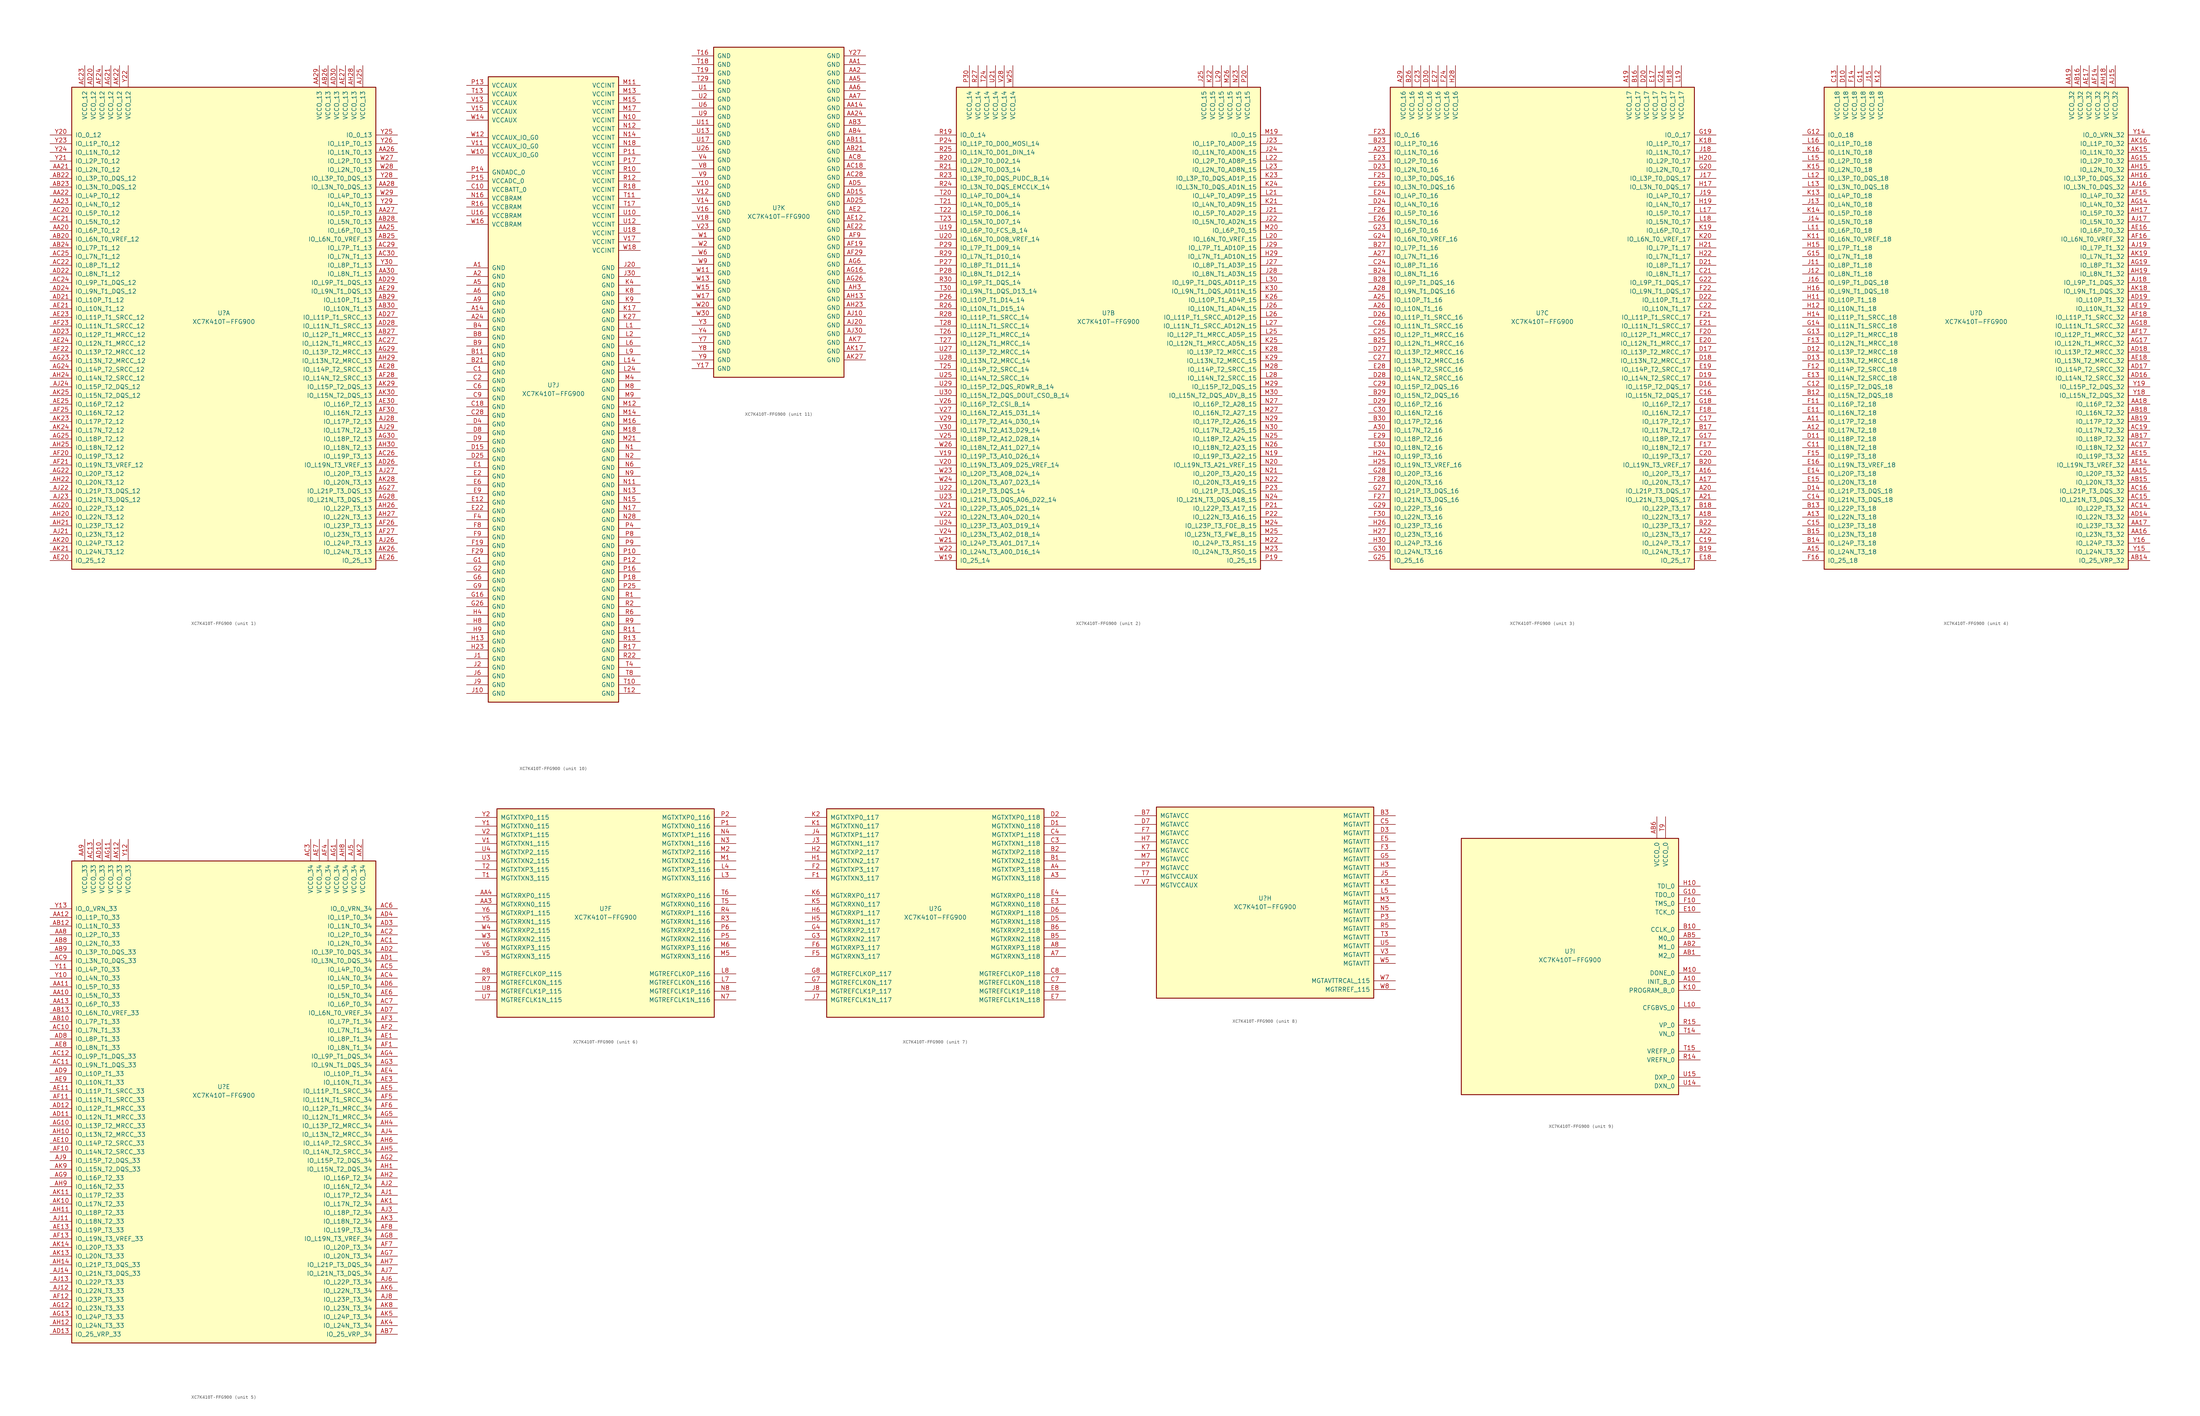
<source format=kicad_sym>
(kicad_symbol_lib
  (version 20211014)
  (generator kicad_symbol_editor)
  (symbol "XC7K410T-FFG900"
    (pin_names
      (offset 1.016))
    (property "Reference" "U"
      (at 0 1.27 0)
      (effects (font (size 1.27 1.27))))
    (property "Value" "XC7K410T-FFG900"
      (at 0 -1.27 0)
      (effects (font (size 1.27 1.27))))
    (property "Datasheet" ""
      (at 0 0 0)
      (effects (font (size 1.27 1.27))))
    (property "ki_locked" ""
      (at 0 0 0)
      (effects (font (size 1.27 1.27))))
    (symbol "XC7K410T-FFG900_1_1"
      (rectangle (start -44.45 67.31) (end 44.45 -73.66) (stroke (width 0.254) (type default) (color 0 0 0 0)) (fill (type background)))
      (pin bidirectional line (at -50.8 25.4 0) (length 6.35) (name "IO_L6P_T0_12" (effects (font (size 1.27 1.27)))) (number "AA20" (effects (font (size 1.27 1.27)))))
      (pin bidirectional line (at -50.8 43.18 0) (length 6.35) (name "IO_L2N_T0_12" (effects (font (size 1.27 1.27)))) (number "AA21" (effects (font (size 1.27 1.27)))))
      (pin bidirectional line (at -50.8 35.56 0) (length 6.35) (name "IO_L4P_T0_12" (effects (font (size 1.27 1.27)))) (number "AA22" (effects (font (size 1.27 1.27)))))
      (pin bidirectional line (at -50.8 33.02 0) (length 6.35) (name "IO_L4N_T0_12" (effects (font (size 1.27 1.27)))) (number "AA23" (effects (font (size 1.27 1.27)))))
      (pin bidirectional line (at 50.8 25.4 180) (length 6.35) (name "IO_L6P_T0_13" (effects (font (size 1.27 1.27)))) (number "AA25" (effects (font (size 1.27 1.27)))))
      (pin bidirectional line (at 50.8 48.26 180) (length 6.35) (name "IO_L1N_T0_13" (effects (font (size 1.27 1.27)))) (number "AA26" (effects (font (size 1.27 1.27)))))
      (pin bidirectional line (at 50.8 30.48 180) (length 6.35) (name "IO_L5P_T0_13" (effects (font (size 1.27 1.27)))) (number "AA27" (effects (font (size 1.27 1.27)))))
      (pin bidirectional line (at 50.8 38.1 180) (length 6.35) (name "IO_L3N_T0_DQS_13" (effects (font (size 1.27 1.27)))) (number "AA28" (effects (font (size 1.27 1.27)))))
      (pin power_in line (at 27.94 73.66 270) (length 6.35) (name "VCCO_13" (effects (font (size 1.27 1.27)))) (number "AA29" (effects (font (size 1.27 1.27)))))
      (pin bidirectional line (at 50.8 12.7 180) (length 6.35) (name "IO_L8N_T1_13" (effects (font (size 1.27 1.27)))) (number "AA30" (effects (font (size 1.27 1.27)))))
      (pin bidirectional line (at -50.8 22.86 0) (length 6.35) (name "IO_L6N_T0_VREF_12" (effects (font (size 1.27 1.27)))) (number "AB20" (effects (font (size 1.27 1.27)))))
      (pin bidirectional line (at -50.8 40.64 0) (length 6.35) (name "IO_L3P_T0_DQS_12" (effects (font (size 1.27 1.27)))) (number "AB22" (effects (font (size 1.27 1.27)))))
      (pin bidirectional line (at -50.8 38.1 0) (length 6.35) (name "IO_L3N_T0_DQS_12" (effects (font (size 1.27 1.27)))) (number "AB23" (effects (font (size 1.27 1.27)))))
      (pin bidirectional line (at -50.8 20.32 0) (length 6.35) (name "IO_L7P_T1_12" (effects (font (size 1.27 1.27)))) (number "AB24" (effects (font (size 1.27 1.27)))))
      (pin bidirectional line (at 50.8 22.86 180) (length 6.35) (name "IO_L6N_T0_VREF_13" (effects (font (size 1.27 1.27)))) (number "AB25" (effects (font (size 1.27 1.27)))))
      (pin power_in line (at 30.48 73.66 270) (length 6.35) (name "VCCO_13" (effects (font (size 1.27 1.27)))) (number "AB26" (effects (font (size 1.27 1.27)))))
      (pin bidirectional line (at 50.8 -5.08 180) (length 6.35) (name "IO_L12P_T1_MRCC_13" (effects (font (size 1.27 1.27)))) (number "AB27" (effects (font (size 1.27 1.27)))))
      (pin bidirectional line (at 50.8 27.94 180) (length 6.35) (name "IO_L5N_T0_13" (effects (font (size 1.27 1.27)))) (number "AB28" (effects (font (size 1.27 1.27)))))
      (pin bidirectional line (at 50.8 5.08 180) (length 6.35) (name "IO_L10P_T1_13" (effects (font (size 1.27 1.27)))) (number "AB29" (effects (font (size 1.27 1.27)))))
      (pin bidirectional line (at 50.8 2.54 180) (length 6.35) (name "IO_L10N_T1_13" (effects (font (size 1.27 1.27)))) (number "AB30" (effects (font (size 1.27 1.27)))))
      (pin bidirectional line (at -50.8 30.48 0) (length 6.35) (name "IO_L5P_T0_12" (effects (font (size 1.27 1.27)))) (number "AC20" (effects (font (size 1.27 1.27)))))
      (pin bidirectional line (at -50.8 27.94 0) (length 6.35) (name "IO_L5N_T0_12" (effects (font (size 1.27 1.27)))) (number "AC21" (effects (font (size 1.27 1.27)))))
      (pin bidirectional line (at -50.8 15.24 0) (length 6.35) (name "IO_L8P_T1_12" (effects (font (size 1.27 1.27)))) (number "AC22" (effects (font (size 1.27 1.27)))))
      (pin power_in line (at -40.64 73.66 270) (length 6.35) (name "VCCO_12" (effects (font (size 1.27 1.27)))) (number "AC23" (effects (font (size 1.27 1.27)))))
      (pin bidirectional line (at -50.8 10.16 0) (length 6.35) (name "IO_L9P_T1_DQS_12" (effects (font (size 1.27 1.27)))) (number "AC24" (effects (font (size 1.27 1.27)))))
      (pin bidirectional line (at -50.8 17.78 0) (length 6.35) (name "IO_L7N_T1_12" (effects (font (size 1.27 1.27)))) (number "AC25" (effects (font (size 1.27 1.27)))))
      (pin bidirectional line (at 50.8 -40.64 180) (length 6.35) (name "IO_L19P_T3_13" (effects (font (size 1.27 1.27)))) (number "AC26" (effects (font (size 1.27 1.27)))))
      (pin bidirectional line (at 50.8 -7.62 180) (length 6.35) (name "IO_L12N_T1_MRCC_13" (effects (font (size 1.27 1.27)))) (number "AC27" (effects (font (size 1.27 1.27)))))
      (pin bidirectional line (at 50.8 20.32 180) (length 6.35) (name "IO_L7P_T1_13" (effects (font (size 1.27 1.27)))) (number "AC29" (effects (font (size 1.27 1.27)))))
      (pin bidirectional line (at 50.8 17.78 180) (length 6.35) (name "IO_L7N_T1_13" (effects (font (size 1.27 1.27)))) (number "AC30" (effects (font (size 1.27 1.27)))))
      (pin power_in line (at -38.1 73.66 270) (length 6.35) (name "VCCO_12" (effects (font (size 1.27 1.27)))) (number "AD20" (effects (font (size 1.27 1.27)))))
      (pin bidirectional line (at -50.8 5.08 0) (length 6.35) (name "IO_L10P_T1_12" (effects (font (size 1.27 1.27)))) (number "AD21" (effects (font (size 1.27 1.27)))))
      (pin bidirectional line (at -50.8 12.7 0) (length 6.35) (name "IO_L8N_T1_12" (effects (font (size 1.27 1.27)))) (number "AD22" (effects (font (size 1.27 1.27)))))
      (pin bidirectional line (at -50.8 -5.08 0) (length 6.35) (name "IO_L12P_T1_MRCC_12" (effects (font (size 1.27 1.27)))) (number "AD23" (effects (font (size 1.27 1.27)))))
      (pin bidirectional line (at -50.8 7.62 0) (length 6.35) (name "IO_L9N_T1_DQS_12" (effects (font (size 1.27 1.27)))) (number "AD24" (effects (font (size 1.27 1.27)))))
      (pin bidirectional line (at 50.8 -43.18 180) (length 6.35) (name "IO_L19N_T3_VREF_13" (effects (font (size 1.27 1.27)))) (number "AD26" (effects (font (size 1.27 1.27)))))
      (pin bidirectional line (at 50.8 0 180) (length 6.35) (name "IO_L11P_T1_SRCC_13" (effects (font (size 1.27 1.27)))) (number "AD27" (effects (font (size 1.27 1.27)))))
      (pin bidirectional line (at 50.8 -2.54 180) (length 6.35) (name "IO_L11N_T1_SRCC_13" (effects (font (size 1.27 1.27)))) (number "AD28" (effects (font (size 1.27 1.27)))))
      (pin bidirectional line (at 50.8 10.16 180) (length 6.35) (name "IO_L9P_T1_DQS_13" (effects (font (size 1.27 1.27)))) (number "AD29" (effects (font (size 1.27 1.27)))))
      (pin power_in line (at 33.02 73.66 270) (length 6.35) (name "VCCO_13" (effects (font (size 1.27 1.27)))) (number "AD30" (effects (font (size 1.27 1.27)))))
      (pin bidirectional line (at -50.8 -71.12 0) (length 6.35) (name "IO_25_12" (effects (font (size 1.27 1.27)))) (number "AE20" (effects (font (size 1.27 1.27)))))
      (pin bidirectional line (at -50.8 2.54 0) (length 6.35) (name "IO_L10N_T1_12" (effects (font (size 1.27 1.27)))) (number "AE21" (effects (font (size 1.27 1.27)))))
      (pin bidirectional line (at -50.8 0 0) (length 6.35) (name "IO_L11P_T1_SRCC_12" (effects (font (size 1.27 1.27)))) (number "AE23" (effects (font (size 1.27 1.27)))))
      (pin bidirectional line (at -50.8 -7.62 0) (length 6.35) (name "IO_L12N_T1_MRCC_12" (effects (font (size 1.27 1.27)))) (number "AE24" (effects (font (size 1.27 1.27)))))
      (pin bidirectional line (at -50.8 -25.4 0) (length 6.35) (name "IO_L16P_T2_12" (effects (font (size 1.27 1.27)))) (number "AE25" (effects (font (size 1.27 1.27)))))
      (pin bidirectional line (at 50.8 -71.12 180) (length 6.35) (name "IO_25_13" (effects (font (size 1.27 1.27)))) (number "AE26" (effects (font (size 1.27 1.27)))))
      (pin power_in line (at 35.56 73.66 270) (length 6.35) (name "VCCO_13" (effects (font (size 1.27 1.27)))) (number "AE27" (effects (font (size 1.27 1.27)))))
      (pin bidirectional line (at 50.8 -15.24 180) (length 6.35) (name "IO_L14P_T2_SRCC_13" (effects (font (size 1.27 1.27)))) (number "AE28" (effects (font (size 1.27 1.27)))))
      (pin bidirectional line (at 50.8 7.62 180) (length 6.35) (name "IO_L9N_T1_DQS_13" (effects (font (size 1.27 1.27)))) (number "AE29" (effects (font (size 1.27 1.27)))))
      (pin bidirectional line (at 50.8 -25.4 180) (length 6.35) (name "IO_L16P_T2_13" (effects (font (size 1.27 1.27)))) (number "AE30" (effects (font (size 1.27 1.27)))))
      (pin bidirectional line (at -50.8 -40.64 0) (length 6.35) (name "IO_L19P_T3_12" (effects (font (size 1.27 1.27)))) (number "AF20" (effects (font (size 1.27 1.27)))))
      (pin bidirectional line (at -50.8 -43.18 0) (length 6.35) (name "IO_L19N_T3_VREF_12" (effects (font (size 1.27 1.27)))) (number "AF21" (effects (font (size 1.27 1.27)))))
      (pin bidirectional line (at -50.8 -10.16 0) (length 6.35) (name "IO_L13P_T2_MRCC_12" (effects (font (size 1.27 1.27)))) (number "AF22" (effects (font (size 1.27 1.27)))))
      (pin bidirectional line (at -50.8 -2.54 0) (length 6.35) (name "IO_L11N_T1_SRCC_12" (effects (font (size 1.27 1.27)))) (number "AF23" (effects (font (size 1.27 1.27)))))
      (pin power_in line (at -35.56 73.66 270) (length 6.35) (name "VCCO_12" (effects (font (size 1.27 1.27)))) (number "AF24" (effects (font (size 1.27 1.27)))))
      (pin bidirectional line (at -50.8 -27.94 0) (length 6.35) (name "IO_L16N_T2_12" (effects (font (size 1.27 1.27)))) (number "AF25" (effects (font (size 1.27 1.27)))))
      (pin bidirectional line (at 50.8 -60.96 180) (length 6.35) (name "IO_L23P_T3_13" (effects (font (size 1.27 1.27)))) (number "AF26" (effects (font (size 1.27 1.27)))))
      (pin bidirectional line (at 50.8 -63.5 180) (length 6.35) (name "IO_L23N_T3_13" (effects (font (size 1.27 1.27)))) (number "AF27" (effects (font (size 1.27 1.27)))))
      (pin bidirectional line (at 50.8 -17.78 180) (length 6.35) (name "IO_L14N_T2_SRCC_13" (effects (font (size 1.27 1.27)))) (number "AF28" (effects (font (size 1.27 1.27)))))
      (pin bidirectional line (at 50.8 -27.94 180) (length 6.35) (name "IO_L16N_T2_13" (effects (font (size 1.27 1.27)))) (number "AF30" (effects (font (size 1.27 1.27)))))
      (pin bidirectional line (at -50.8 -55.88 0) (length 6.35) (name "IO_L22P_T3_12" (effects (font (size 1.27 1.27)))) (number "AG20" (effects (font (size 1.27 1.27)))))
      (pin power_in line (at -33.02 73.66 270) (length 6.35) (name "VCCO_12" (effects (font (size 1.27 1.27)))) (number "AG21" (effects (font (size 1.27 1.27)))))
      (pin bidirectional line (at -50.8 -45.72 0) (length 6.35) (name "IO_L20P_T3_12" (effects (font (size 1.27 1.27)))) (number "AG22" (effects (font (size 1.27 1.27)))))
      (pin bidirectional line (at -50.8 -12.7 0) (length 6.35) (name "IO_L13N_T2_MRCC_12" (effects (font (size 1.27 1.27)))) (number "AG23" (effects (font (size 1.27 1.27)))))
      (pin bidirectional line (at -50.8 -15.24 0) (length 6.35) (name "IO_L14P_T2_SRCC_12" (effects (font (size 1.27 1.27)))) (number "AG24" (effects (font (size 1.27 1.27)))))
      (pin bidirectional line (at -50.8 -35.56 0) (length 6.35) (name "IO_L18P_T2_12" (effects (font (size 1.27 1.27)))) (number "AG25" (effects (font (size 1.27 1.27)))))
      (pin bidirectional line (at 50.8 -50.8 180) (length 6.35) (name "IO_L21P_T3_DQS_13" (effects (font (size 1.27 1.27)))) (number "AG27" (effects (font (size 1.27 1.27)))))
      (pin bidirectional line (at 50.8 -53.34 180) (length 6.35) (name "IO_L21N_T3_DQS_13" (effects (font (size 1.27 1.27)))) (number "AG28" (effects (font (size 1.27 1.27)))))
      (pin bidirectional line (at 50.8 -10.16 180) (length 6.35) (name "IO_L13P_T2_MRCC_13" (effects (font (size 1.27 1.27)))) (number "AG29" (effects (font (size 1.27 1.27)))))
      (pin bidirectional line (at 50.8 -35.56 180) (length 6.35) (name "IO_L18P_T2_13" (effects (font (size 1.27 1.27)))) (number "AG30" (effects (font (size 1.27 1.27)))))
      (pin bidirectional line (at -50.8 -58.42 0) (length 6.35) (name "IO_L22N_T3_12" (effects (font (size 1.27 1.27)))) (number "AH20" (effects (font (size 1.27 1.27)))))
      (pin bidirectional line (at -50.8 -60.96 0) (length 6.35) (name "IO_L23P_T3_12" (effects (font (size 1.27 1.27)))) (number "AH21" (effects (font (size 1.27 1.27)))))
      (pin bidirectional line (at -50.8 -48.26 0) (length 6.35) (name "IO_L20N_T3_12" (effects (font (size 1.27 1.27)))) (number "AH22" (effects (font (size 1.27 1.27)))))
      (pin bidirectional line (at -50.8 -17.78 0) (length 6.35) (name "IO_L14N_T2_SRCC_12" (effects (font (size 1.27 1.27)))) (number "AH24" (effects (font (size 1.27 1.27)))))
      (pin bidirectional line (at -50.8 -38.1 0) (length 6.35) (name "IO_L18N_T2_12" (effects (font (size 1.27 1.27)))) (number "AH25" (effects (font (size 1.27 1.27)))))
      (pin bidirectional line (at 50.8 -55.88 180) (length 6.35) (name "IO_L22P_T3_13" (effects (font (size 1.27 1.27)))) (number "AH26" (effects (font (size 1.27 1.27)))))
      (pin bidirectional line (at 50.8 -58.42 180) (length 6.35) (name "IO_L22N_T3_13" (effects (font (size 1.27 1.27)))) (number "AH27" (effects (font (size 1.27 1.27)))))
      (pin power_in line (at 38.1 73.66 270) (length 6.35) (name "VCCO_13" (effects (font (size 1.27 1.27)))) (number "AH28" (effects (font (size 1.27 1.27)))))
      (pin bidirectional line (at 50.8 -12.7 180) (length 6.35) (name "IO_L13N_T2_MRCC_13" (effects (font (size 1.27 1.27)))) (number "AH29" (effects (font (size 1.27 1.27)))))
      (pin bidirectional line (at 50.8 -38.1 180) (length 6.35) (name "IO_L18N_T2_13" (effects (font (size 1.27 1.27)))) (number "AH30" (effects (font (size 1.27 1.27)))))
      (pin bidirectional line (at -50.8 -63.5 0) (length 6.35) (name "IO_L23N_T3_12" (effects (font (size 1.27 1.27)))) (number "AJ21" (effects (font (size 1.27 1.27)))))
      (pin bidirectional line (at -50.8 -50.8 0) (length 6.35) (name "IO_L21P_T3_DQS_12" (effects (font (size 1.27 1.27)))) (number "AJ22" (effects (font (size 1.27 1.27)))))
      (pin bidirectional line (at -50.8 -53.34 0) (length 6.35) (name "IO_L21N_T3_DQS_12" (effects (font (size 1.27 1.27)))) (number "AJ23" (effects (font (size 1.27 1.27)))))
      (pin bidirectional line (at -50.8 -20.32 0) (length 6.35) (name "IO_L15P_T2_DQS_12" (effects (font (size 1.27 1.27)))) (number "AJ24" (effects (font (size 1.27 1.27)))))
      (pin power_in line (at 40.64 73.66 270) (length 6.35) (name "VCCO_13" (effects (font (size 1.27 1.27)))) (number "AJ25" (effects (font (size 1.27 1.27)))))
      (pin bidirectional line (at 50.8 -66.04 180) (length 6.35) (name "IO_L24P_T3_13" (effects (font (size 1.27 1.27)))) (number "AJ26" (effects (font (size 1.27 1.27)))))
      (pin bidirectional line (at 50.8 -45.72 180) (length 6.35) (name "IO_L20P_T3_13" (effects (font (size 1.27 1.27)))) (number "AJ27" (effects (font (size 1.27 1.27)))))
      (pin bidirectional line (at 50.8 -30.48 180) (length 6.35) (name "IO_L17P_T2_13" (effects (font (size 1.27 1.27)))) (number "AJ28" (effects (font (size 1.27 1.27)))))
      (pin bidirectional line (at 50.8 -33.02 180) (length 6.35) (name "IO_L17N_T2_13" (effects (font (size 1.27 1.27)))) (number "AJ29" (effects (font (size 1.27 1.27)))))
      (pin bidirectional line (at -50.8 -66.04 0) (length 6.35) (name "IO_L24P_T3_12" (effects (font (size 1.27 1.27)))) (number "AK20" (effects (font (size 1.27 1.27)))))
      (pin bidirectional line (at -50.8 -68.58 0) (length 6.35) (name "IO_L24N_T3_12" (effects (font (size 1.27 1.27)))) (number "AK21" (effects (font (size 1.27 1.27)))))
      (pin power_in line (at -30.48 73.66 270) (length 6.35) (name "VCCO_12" (effects (font (size 1.27 1.27)))) (number "AK22" (effects (font (size 1.27 1.27)))))
      (pin bidirectional line (at -50.8 -30.48 0) (length 6.35) (name "IO_L17P_T2_12" (effects (font (size 1.27 1.27)))) (number "AK23" (effects (font (size 1.27 1.27)))))
      (pin bidirectional line (at -50.8 -33.02 0) (length 6.35) (name "IO_L17N_T2_12" (effects (font (size 1.27 1.27)))) (number "AK24" (effects (font (size 1.27 1.27)))))
      (pin bidirectional line (at -50.8 -22.86 0) (length 6.35) (name "IO_L15N_T2_DQS_12" (effects (font (size 1.27 1.27)))) (number "AK25" (effects (font (size 1.27 1.27)))))
      (pin bidirectional line (at 50.8 -68.58 180) (length 6.35) (name "IO_L24N_T3_13" (effects (font (size 1.27 1.27)))) (number "AK26" (effects (font (size 1.27 1.27)))))
      (pin bidirectional line (at 50.8 -48.26 180) (length 6.35) (name "IO_L20N_T3_13" (effects (font (size 1.27 1.27)))) (number "AK28" (effects (font (size 1.27 1.27)))))
      (pin bidirectional line (at 50.8 -20.32 180) (length 6.35) (name "IO_L15P_T2_DQS_13" (effects (font (size 1.27 1.27)))) (number "AK29" (effects (font (size 1.27 1.27)))))
      (pin bidirectional line (at 50.8 -22.86 180) (length 6.35) (name "IO_L15N_T2_DQS_13" (effects (font (size 1.27 1.27)))) (number "AK30" (effects (font (size 1.27 1.27)))))
      (pin bidirectional line (at 50.8 45.72 180) (length 6.35) (name "IO_L2P_T0_13" (effects (font (size 1.27 1.27)))) (number "W27" (effects (font (size 1.27 1.27)))))
      (pin bidirectional line (at 50.8 43.18 180) (length 6.35) (name "IO_L2N_T0_13" (effects (font (size 1.27 1.27)))) (number "W28" (effects (font (size 1.27 1.27)))))
      (pin bidirectional line (at 50.8 35.56 180) (length 6.35) (name "IO_L4P_T0_13" (effects (font (size 1.27 1.27)))) (number "W29" (effects (font (size 1.27 1.27)))))
      (pin bidirectional line (at -50.8 53.34 0) (length 6.35) (name "IO_0_12" (effects (font (size 1.27 1.27)))) (number "Y20" (effects (font (size 1.27 1.27)))))
      (pin bidirectional line (at -50.8 45.72 0) (length 6.35) (name "IO_L2P_T0_12" (effects (font (size 1.27 1.27)))) (number "Y21" (effects (font (size 1.27 1.27)))))
      (pin power_in line (at -27.94 73.66 270) (length 6.35) (name "VCCO_12" (effects (font (size 1.27 1.27)))) (number "Y22" (effects (font (size 1.27 1.27)))))
      (pin bidirectional line (at -50.8 50.8 0) (length 6.35) (name "IO_L1P_T0_12" (effects (font (size 1.27 1.27)))) (number "Y23" (effects (font (size 1.27 1.27)))))
      (pin bidirectional line (at -50.8 48.26 0) (length 6.35) (name "IO_L1N_T0_12" (effects (font (size 1.27 1.27)))) (number "Y24" (effects (font (size 1.27 1.27)))))
      (pin bidirectional line (at 50.8 53.34 180) (length 6.35) (name "IO_0_13" (effects (font (size 1.27 1.27)))) (number "Y25" (effects (font (size 1.27 1.27)))))
      (pin bidirectional line (at 50.8 50.8 180) (length 6.35) (name "IO_L1P_T0_13" (effects (font (size 1.27 1.27)))) (number "Y26" (effects (font (size 1.27 1.27)))))
      (pin bidirectional line (at 50.8 40.64 180) (length 6.35) (name "IO_L3P_T0_DQS_13" (effects (font (size 1.27 1.27)))) (number "Y28" (effects (font (size 1.27 1.27)))))
      (pin bidirectional line (at 50.8 33.02 180) (length 6.35) (name "IO_L4N_T0_13" (effects (font (size 1.27 1.27)))) (number "Y29" (effects (font (size 1.27 1.27)))))
      (pin bidirectional line (at 50.8 15.24 180) (length 6.35) (name "IO_L8P_T1_13" (effects (font (size 1.27 1.27)))) (number "Y30" (effects (font (size 1.27 1.27))))))
    (symbol "XC7K410T-FFG900_2_1"
      (rectangle (start -44.45 67.31) (end 44.45 -73.66) (stroke (width 0.254) (type default) (color 0 0 0 0)) (fill (type background)))
      (pin bidirectional line (at 50.8 17.78 180) (length 6.35) (name "IO_L7N_T1_AD10N_15" (effects (font (size 1.27 1.27)))) (number "H29" (effects (font (size 1.27 1.27)))))
      (pin bidirectional line (at 50.8 30.48 180) (length 6.35) (name "IO_L5P_T0_AD2P_15" (effects (font (size 1.27 1.27)))) (number "J21" (effects (font (size 1.27 1.27)))))
      (pin bidirectional line (at 50.8 27.94 180) (length 6.35) (name "IO_L5N_T0_AD2N_15" (effects (font (size 1.27 1.27)))) (number "J22" (effects (font (size 1.27 1.27)))))
      (pin bidirectional line (at 50.8 50.8 180) (length 6.35) (name "IO_L1P_T0_AD0P_15" (effects (font (size 1.27 1.27)))) (number "J23" (effects (font (size 1.27 1.27)))))
      (pin bidirectional line (at 50.8 48.26 180) (length 6.35) (name "IO_L1N_T0_AD0N_15" (effects (font (size 1.27 1.27)))) (number "J24" (effects (font (size 1.27 1.27)))))
      (pin power_in line (at 27.94 73.66 270) (length 6.35) (name "VCCO_15" (effects (font (size 1.27 1.27)))) (number "J25" (effects (font (size 1.27 1.27)))))
      (pin bidirectional line (at 50.8 2.54 180) (length 6.35) (name "IO_L10N_T1_AD4N_15" (effects (font (size 1.27 1.27)))) (number "J26" (effects (font (size 1.27 1.27)))))
      (pin bidirectional line (at 50.8 15.24 180) (length 6.35) (name "IO_L8P_T1_AD3P_15" (effects (font (size 1.27 1.27)))) (number "J27" (effects (font (size 1.27 1.27)))))
      (pin bidirectional line (at 50.8 12.7 180) (length 6.35) (name "IO_L8N_T1_AD3N_15" (effects (font (size 1.27 1.27)))) (number "J28" (effects (font (size 1.27 1.27)))))
      (pin bidirectional line (at 50.8 20.32 180) (length 6.35) (name "IO_L7P_T1_AD10P_15" (effects (font (size 1.27 1.27)))) (number "J29" (effects (font (size 1.27 1.27)))))
      (pin bidirectional line (at 50.8 33.02 180) (length 6.35) (name "IO_L4N_T0_AD9N_15" (effects (font (size 1.27 1.27)))) (number "K21" (effects (font (size 1.27 1.27)))))
      (pin power_in line (at 30.48 73.66 270) (length 6.35) (name "VCCO_15" (effects (font (size 1.27 1.27)))) (number "K22" (effects (font (size 1.27 1.27)))))
      (pin bidirectional line (at 50.8 40.64 180) (length 6.35) (name "IO_L3P_T0_DQS_AD1P_15" (effects (font (size 1.27 1.27)))) (number "K23" (effects (font (size 1.27 1.27)))))
      (pin bidirectional line (at 50.8 38.1 180) (length 6.35) (name "IO_L3N_T0_DQS_AD1N_15" (effects (font (size 1.27 1.27)))) (number "K24" (effects (font (size 1.27 1.27)))))
      (pin bidirectional line (at 50.8 -7.62 180) (length 6.35) (name "IO_L12N_T1_MRCC_AD5N_15" (effects (font (size 1.27 1.27)))) (number "K25" (effects (font (size 1.27 1.27)))))
      (pin bidirectional line (at 50.8 5.08 180) (length 6.35) (name "IO_L10P_T1_AD4P_15" (effects (font (size 1.27 1.27)))) (number "K26" (effects (font (size 1.27 1.27)))))
      (pin bidirectional line (at 50.8 -10.16 180) (length 6.35) (name "IO_L13P_T2_MRCC_15" (effects (font (size 1.27 1.27)))) (number "K28" (effects (font (size 1.27 1.27)))))
      (pin bidirectional line (at 50.8 -12.7 180) (length 6.35) (name "IO_L13N_T2_MRCC_15" (effects (font (size 1.27 1.27)))) (number "K29" (effects (font (size 1.27 1.27)))))
      (pin bidirectional line (at 50.8 7.62 180) (length 6.35) (name "IO_L9N_T1_DQS_AD11N_15" (effects (font (size 1.27 1.27)))) (number "K30" (effects (font (size 1.27 1.27)))))
      (pin bidirectional line (at 50.8 22.86 180) (length 6.35) (name "IO_L6N_T0_VREF_15" (effects (font (size 1.27 1.27)))) (number "L20" (effects (font (size 1.27 1.27)))))
      (pin bidirectional line (at 50.8 35.56 180) (length 6.35) (name "IO_L4P_T0_AD9P_15" (effects (font (size 1.27 1.27)))) (number "L21" (effects (font (size 1.27 1.27)))))
      (pin bidirectional line (at 50.8 45.72 180) (length 6.35) (name "IO_L2P_T0_AD8P_15" (effects (font (size 1.27 1.27)))) (number "L22" (effects (font (size 1.27 1.27)))))
      (pin bidirectional line (at 50.8 43.18 180) (length 6.35) (name "IO_L2N_T0_AD8N_15" (effects (font (size 1.27 1.27)))) (number "L23" (effects (font (size 1.27 1.27)))))
      (pin bidirectional line (at 50.8 -5.08 180) (length 6.35) (name "IO_L12P_T1_MRCC_AD5P_15" (effects (font (size 1.27 1.27)))) (number "L25" (effects (font (size 1.27 1.27)))))
      (pin bidirectional line (at 50.8 0 180) (length 6.35) (name "IO_L11P_T1_SRCC_AD12P_15" (effects (font (size 1.27 1.27)))) (number "L26" (effects (font (size 1.27 1.27)))))
      (pin bidirectional line (at 50.8 -2.54 180) (length 6.35) (name "IO_L11N_T1_SRCC_AD12N_15" (effects (font (size 1.27 1.27)))) (number "L27" (effects (font (size 1.27 1.27)))))
      (pin bidirectional line (at 50.8 -17.78 180) (length 6.35) (name "IO_L14N_T2_SRCC_15" (effects (font (size 1.27 1.27)))) (number "L28" (effects (font (size 1.27 1.27)))))
      (pin power_in line (at 33.02 73.66 270) (length 6.35) (name "VCCO_15" (effects (font (size 1.27 1.27)))) (number "L29" (effects (font (size 1.27 1.27)))))
      (pin bidirectional line (at 50.8 10.16 180) (length 6.35) (name "IO_L9P_T1_DQS_AD11P_15" (effects (font (size 1.27 1.27)))) (number "L30" (effects (font (size 1.27 1.27)))))
      (pin bidirectional line (at 50.8 53.34 180) (length 6.35) (name "IO_0_15" (effects (font (size 1.27 1.27)))) (number "M19" (effects (font (size 1.27 1.27)))))
      (pin bidirectional line (at 50.8 25.4 180) (length 6.35) (name "IO_L6P_T0_15" (effects (font (size 1.27 1.27)))) (number "M20" (effects (font (size 1.27 1.27)))))
      (pin bidirectional line (at 50.8 -66.04 180) (length 6.35) (name "IO_L24P_T3_RS1_15" (effects (font (size 1.27 1.27)))) (number "M22" (effects (font (size 1.27 1.27)))))
      (pin bidirectional line (at 50.8 -68.58 180) (length 6.35) (name "IO_L24N_T3_RS0_15" (effects (font (size 1.27 1.27)))) (number "M23" (effects (font (size 1.27 1.27)))))
      (pin bidirectional line (at 50.8 -60.96 180) (length 6.35) (name "IO_L23P_T3_FOE_B_15" (effects (font (size 1.27 1.27)))) (number "M24" (effects (font (size 1.27 1.27)))))
      (pin bidirectional line (at 50.8 -63.5 180) (length 6.35) (name "IO_L23N_T3_FWE_B_15" (effects (font (size 1.27 1.27)))) (number "M25" (effects (font (size 1.27 1.27)))))
      (pin power_in line (at 35.56 73.66 270) (length 6.35) (name "VCCO_15" (effects (font (size 1.27 1.27)))) (number "M26" (effects (font (size 1.27 1.27)))))
      (pin bidirectional line (at 50.8 -27.94 180) (length 6.35) (name "IO_L16N_T2_A27_15" (effects (font (size 1.27 1.27)))) (number "M27" (effects (font (size 1.27 1.27)))))
      (pin bidirectional line (at 50.8 -15.24 180) (length 6.35) (name "IO_L14P_T2_SRCC_15" (effects (font (size 1.27 1.27)))) (number "M28" (effects (font (size 1.27 1.27)))))
      (pin bidirectional line (at 50.8 -20.32 180) (length 6.35) (name "IO_L15P_T2_DQS_15" (effects (font (size 1.27 1.27)))) (number "M29" (effects (font (size 1.27 1.27)))))
      (pin bidirectional line (at 50.8 -22.86 180) (length 6.35) (name "IO_L15N_T2_DQS_ADV_B_15" (effects (font (size 1.27 1.27)))) (number "M30" (effects (font (size 1.27 1.27)))))
      (pin bidirectional line (at 50.8 -40.64 180) (length 6.35) (name "IO_L19P_T3_A22_15" (effects (font (size 1.27 1.27)))) (number "N19" (effects (font (size 1.27 1.27)))))
      (pin bidirectional line (at 50.8 -43.18 180) (length 6.35) (name "IO_L19N_T3_A21_VREF_15" (effects (font (size 1.27 1.27)))) (number "N20" (effects (font (size 1.27 1.27)))))
      (pin bidirectional line (at 50.8 -45.72 180) (length 6.35) (name "IO_L20P_T3_A20_15" (effects (font (size 1.27 1.27)))) (number "N21" (effects (font (size 1.27 1.27)))))
      (pin bidirectional line (at 50.8 -48.26 180) (length 6.35) (name "IO_L20N_T3_A19_15" (effects (font (size 1.27 1.27)))) (number "N22" (effects (font (size 1.27 1.27)))))
      (pin power_in line (at 38.1 73.66 270) (length 6.35) (name "VCCO_15" (effects (font (size 1.27 1.27)))) (number "N23" (effects (font (size 1.27 1.27)))))
      (pin bidirectional line (at 50.8 -53.34 180) (length 6.35) (name "IO_L21N_T3_DQS_A18_15" (effects (font (size 1.27 1.27)))) (number "N24" (effects (font (size 1.27 1.27)))))
      (pin bidirectional line (at 50.8 -35.56 180) (length 6.35) (name "IO_L18P_T2_A24_15" (effects (font (size 1.27 1.27)))) (number "N25" (effects (font (size 1.27 1.27)))))
      (pin bidirectional line (at 50.8 -38.1 180) (length 6.35) (name "IO_L18N_T2_A23_15" (effects (font (size 1.27 1.27)))) (number "N26" (effects (font (size 1.27 1.27)))))
      (pin bidirectional line (at 50.8 -25.4 180) (length 6.35) (name "IO_L16P_T2_A28_15" (effects (font (size 1.27 1.27)))) (number "N27" (effects (font (size 1.27 1.27)))))
      (pin bidirectional line (at 50.8 -30.48 180) (length 6.35) (name "IO_L17P_T2_A26_15" (effects (font (size 1.27 1.27)))) (number "N29" (effects (font (size 1.27 1.27)))))
      (pin bidirectional line (at 50.8 -33.02 180) (length 6.35) (name "IO_L17N_T2_A25_15" (effects (font (size 1.27 1.27)))) (number "N30" (effects (font (size 1.27 1.27)))))
      (pin bidirectional line (at 50.8 -71.12 180) (length 6.35) (name "IO_25_15" (effects (font (size 1.27 1.27)))) (number "P19" (effects (font (size 1.27 1.27)))))
      (pin power_in line (at 40.64 73.66 270) (length 6.35) (name "VCCO_15" (effects (font (size 1.27 1.27)))) (number "P20" (effects (font (size 1.27 1.27)))))
      (pin bidirectional line (at 50.8 -55.88 180) (length 6.35) (name "IO_L22P_T3_A17_15" (effects (font (size 1.27 1.27)))) (number "P21" (effects (font (size 1.27 1.27)))))
      (pin bidirectional line (at 50.8 -58.42 180) (length 6.35) (name "IO_L22N_T3_A16_15" (effects (font (size 1.27 1.27)))) (number "P22" (effects (font (size 1.27 1.27)))))
      (pin bidirectional line (at 50.8 -50.8 180) (length 6.35) (name "IO_L21P_T3_DQS_15" (effects (font (size 1.27 1.27)))) (number "P23" (effects (font (size 1.27 1.27)))))
      (pin bidirectional line (at -50.8 50.8 0) (length 6.35) (name "IO_L1P_T0_D00_MOSI_14" (effects (font (size 1.27 1.27)))) (number "P24" (effects (font (size 1.27 1.27)))))
      (pin bidirectional line (at -50.8 5.08 0) (length 6.35) (name "IO_L10P_T1_D14_14" (effects (font (size 1.27 1.27)))) (number "P26" (effects (font (size 1.27 1.27)))))
      (pin bidirectional line (at -50.8 15.24 0) (length 6.35) (name "IO_L8P_T1_D11_14" (effects (font (size 1.27 1.27)))) (number "P27" (effects (font (size 1.27 1.27)))))
      (pin bidirectional line (at -50.8 12.7 0) (length 6.35) (name "IO_L8N_T1_D12_14" (effects (font (size 1.27 1.27)))) (number "P28" (effects (font (size 1.27 1.27)))))
      (pin bidirectional line (at -50.8 20.32 0) (length 6.35) (name "IO_L7P_T1_D09_14" (effects (font (size 1.27 1.27)))) (number "P29" (effects (font (size 1.27 1.27)))))
      (pin power_in line (at -40.64 73.66 270) (length 6.35) (name "VCCO_14" (effects (font (size 1.27 1.27)))) (number "P30" (effects (font (size 1.27 1.27)))))
      (pin bidirectional line (at -50.8 53.34 0) (length 6.35) (name "IO_0_14" (effects (font (size 1.27 1.27)))) (number "R19" (effects (font (size 1.27 1.27)))))
      (pin bidirectional line (at -50.8 45.72 0) (length 6.35) (name "IO_L2P_T0_D02_14" (effects (font (size 1.27 1.27)))) (number "R20" (effects (font (size 1.27 1.27)))))
      (pin bidirectional line (at -50.8 43.18 0) (length 6.35) (name "IO_L2N_T0_D03_14" (effects (font (size 1.27 1.27)))) (number "R21" (effects (font (size 1.27 1.27)))))
      (pin bidirectional line (at -50.8 40.64 0) (length 6.35) (name "IO_L3P_T0_DQS_PUDC_B_14" (effects (font (size 1.27 1.27)))) (number "R23" (effects (font (size 1.27 1.27)))))
      (pin bidirectional line (at -50.8 38.1 0) (length 6.35) (name "IO_L3N_T0_DQS_EMCCLK_14" (effects (font (size 1.27 1.27)))) (number "R24" (effects (font (size 1.27 1.27)))))
      (pin bidirectional line (at -50.8 48.26 0) (length 6.35) (name "IO_L1N_T0_D01_DIN_14" (effects (font (size 1.27 1.27)))) (number "R25" (effects (font (size 1.27 1.27)))))
      (pin bidirectional line (at -50.8 2.54 0) (length 6.35) (name "IO_L10N_T1_D15_14" (effects (font (size 1.27 1.27)))) (number "R26" (effects (font (size 1.27 1.27)))))
      (pin power_in line (at -38.1 73.66 270) (length 6.35) (name "VCCO_14" (effects (font (size 1.27 1.27)))) (number "R27" (effects (font (size 1.27 1.27)))))
      (pin bidirectional line (at -50.8 0 0) (length 6.35) (name "IO_L11P_T1_SRCC_14" (effects (font (size 1.27 1.27)))) (number "R28" (effects (font (size 1.27 1.27)))))
      (pin bidirectional line (at -50.8 17.78 0) (length 6.35) (name "IO_L7N_T1_D10_14" (effects (font (size 1.27 1.27)))) (number "R29" (effects (font (size 1.27 1.27)))))
      (pin bidirectional line (at -50.8 10.16 0) (length 6.35) (name "IO_L9P_T1_DQS_14" (effects (font (size 1.27 1.27)))) (number "R30" (effects (font (size 1.27 1.27)))))
      (pin bidirectional line (at -50.8 35.56 0) (length 6.35) (name "IO_L4P_T0_D04_14" (effects (font (size 1.27 1.27)))) (number "T20" (effects (font (size 1.27 1.27)))))
      (pin bidirectional line (at -50.8 33.02 0) (length 6.35) (name "IO_L4N_T0_D05_14" (effects (font (size 1.27 1.27)))) (number "T21" (effects (font (size 1.27 1.27)))))
      (pin bidirectional line (at -50.8 30.48 0) (length 6.35) (name "IO_L5P_T0_D06_14" (effects (font (size 1.27 1.27)))) (number "T22" (effects (font (size 1.27 1.27)))))
      (pin bidirectional line (at -50.8 27.94 0) (length 6.35) (name "IO_L5N_T0_D07_14" (effects (font (size 1.27 1.27)))) (number "T23" (effects (font (size 1.27 1.27)))))
      (pin power_in line (at -35.56 73.66 270) (length 6.35) (name "VCCO_14" (effects (font (size 1.27 1.27)))) (number "T24" (effects (font (size 1.27 1.27)))))
      (pin bidirectional line (at -50.8 -15.24 0) (length 6.35) (name "IO_L14P_T2_SRCC_14" (effects (font (size 1.27 1.27)))) (number "T25" (effects (font (size 1.27 1.27)))))
      (pin bidirectional line (at -50.8 -5.08 0) (length 6.35) (name "IO_L12P_T1_MRCC_14" (effects (font (size 1.27 1.27)))) (number "T26" (effects (font (size 1.27 1.27)))))
      (pin bidirectional line (at -50.8 -7.62 0) (length 6.35) (name "IO_L12N_T1_MRCC_14" (effects (font (size 1.27 1.27)))) (number "T27" (effects (font (size 1.27 1.27)))))
      (pin bidirectional line (at -50.8 -2.54 0) (length 6.35) (name "IO_L11N_T1_SRCC_14" (effects (font (size 1.27 1.27)))) (number "T28" (effects (font (size 1.27 1.27)))))
      (pin bidirectional line (at -50.8 7.62 0) (length 6.35) (name "IO_L9N_T1_DQS_D13_14" (effects (font (size 1.27 1.27)))) (number "T30" (effects (font (size 1.27 1.27)))))
      (pin bidirectional line (at -50.8 25.4 0) (length 6.35) (name "IO_L6P_T0_FCS_B_14" (effects (font (size 1.27 1.27)))) (number "U19" (effects (font (size 1.27 1.27)))))
      (pin bidirectional line (at -50.8 22.86 0) (length 6.35) (name "IO_L6N_T0_D08_VREF_14" (effects (font (size 1.27 1.27)))) (number "U20" (effects (font (size 1.27 1.27)))))
      (pin power_in line (at -33.02 73.66 270) (length 6.35) (name "VCCO_14" (effects (font (size 1.27 1.27)))) (number "U21" (effects (font (size 1.27 1.27)))))
      (pin bidirectional line (at -50.8 -50.8 0) (length 6.35) (name "IO_L21P_T3_DQS_14" (effects (font (size 1.27 1.27)))) (number "U22" (effects (font (size 1.27 1.27)))))
      (pin bidirectional line (at -50.8 -53.34 0) (length 6.35) (name "IO_L21N_T3_DQS_A06_D22_14" (effects (font (size 1.27 1.27)))) (number "U23" (effects (font (size 1.27 1.27)))))
      (pin bidirectional line (at -50.8 -60.96 0) (length 6.35) (name "IO_L23P_T3_A03_D19_14" (effects (font (size 1.27 1.27)))) (number "U24" (effects (font (size 1.27 1.27)))))
      (pin bidirectional line (at -50.8 -17.78 0) (length 6.35) (name "IO_L14N_T2_SRCC_14" (effects (font (size 1.27 1.27)))) (number "U25" (effects (font (size 1.27 1.27)))))
      (pin bidirectional line (at -50.8 -10.16 0) (length 6.35) (name "IO_L13P_T2_MRCC_14" (effects (font (size 1.27 1.27)))) (number "U27" (effects (font (size 1.27 1.27)))))
      (pin bidirectional line (at -50.8 -12.7 0) (length 6.35) (name "IO_L13N_T2_MRCC_14" (effects (font (size 1.27 1.27)))) (number "U28" (effects (font (size 1.27 1.27)))))
      (pin bidirectional line (at -50.8 -20.32 0) (length 6.35) (name "IO_L15P_T2_DQS_RDWR_B_14" (effects (font (size 1.27 1.27)))) (number "U29" (effects (font (size 1.27 1.27)))))
      (pin bidirectional line (at -50.8 -22.86 0) (length 6.35) (name "IO_L15N_T2_DQS_DOUT_CSO_B_14" (effects (font (size 1.27 1.27)))) (number "U30" (effects (font (size 1.27 1.27)))))
      (pin bidirectional line (at -50.8 -40.64 0) (length 6.35) (name "IO_L19P_T3_A10_D26_14" (effects (font (size 1.27 1.27)))) (number "V19" (effects (font (size 1.27 1.27)))))
      (pin bidirectional line (at -50.8 -43.18 0) (length 6.35) (name "IO_L19N_T3_A09_D25_VREF_14" (effects (font (size 1.27 1.27)))) (number "V20" (effects (font (size 1.27 1.27)))))
      (pin bidirectional line (at -50.8 -55.88 0) (length 6.35) (name "IO_L22P_T3_A05_D21_14" (effects (font (size 1.27 1.27)))) (number "V21" (effects (font (size 1.27 1.27)))))
      (pin bidirectional line (at -50.8 -58.42 0) (length 6.35) (name "IO_L22N_T3_A04_D20_14" (effects (font (size 1.27 1.27)))) (number "V22" (effects (font (size 1.27 1.27)))))
      (pin bidirectional line (at -50.8 -63.5 0) (length 6.35) (name "IO_L23N_T3_A02_D18_14" (effects (font (size 1.27 1.27)))) (number "V24" (effects (font (size 1.27 1.27)))))
      (pin bidirectional line (at -50.8 -35.56 0) (length 6.35) (name "IO_L18P_T2_A12_D28_14" (effects (font (size 1.27 1.27)))) (number "V25" (effects (font (size 1.27 1.27)))))
      (pin bidirectional line (at -50.8 -25.4 0) (length 6.35) (name "IO_L16P_T2_CSI_B_14" (effects (font (size 1.27 1.27)))) (number "V26" (effects (font (size 1.27 1.27)))))
      (pin bidirectional line (at -50.8 -27.94 0) (length 6.35) (name "IO_L16N_T2_A15_D31_14" (effects (font (size 1.27 1.27)))) (number "V27" (effects (font (size 1.27 1.27)))))
      (pin power_in line (at -30.48 73.66 270) (length 6.35) (name "VCCO_14" (effects (font (size 1.27 1.27)))) (number "V28" (effects (font (size 1.27 1.27)))))
      (pin bidirectional line (at -50.8 -30.48 0) (length 6.35) (name "IO_L17P_T2_A14_D30_14" (effects (font (size 1.27 1.27)))) (number "V29" (effects (font (size 1.27 1.27)))))
      (pin bidirectional line (at -50.8 -33.02 0) (length 6.35) (name "IO_L17N_T2_A13_D29_14" (effects (font (size 1.27 1.27)))) (number "V30" (effects (font (size 1.27 1.27)))))
      (pin bidirectional line (at -50.8 -71.12 0) (length 6.35) (name "IO_25_14" (effects (font (size 1.27 1.27)))) (number "W19" (effects (font (size 1.27 1.27)))))
      (pin bidirectional line (at -50.8 -66.04 0) (length 6.35) (name "IO_L24P_T3_A01_D17_14" (effects (font (size 1.27 1.27)))) (number "W21" (effects (font (size 1.27 1.27)))))
      (pin bidirectional line (at -50.8 -68.58 0) (length 6.35) (name "IO_L24N_T3_A00_D16_14" (effects (font (size 1.27 1.27)))) (number "W22" (effects (font (size 1.27 1.27)))))
      (pin bidirectional line (at -50.8 -45.72 0) (length 6.35) (name "IO_L20P_T3_A08_D24_14" (effects (font (size 1.27 1.27)))) (number "W23" (effects (font (size 1.27 1.27)))))
      (pin bidirectional line (at -50.8 -48.26 0) (length 6.35) (name "IO_L20N_T3_A07_D23_14" (effects (font (size 1.27 1.27)))) (number "W24" (effects (font (size 1.27 1.27)))))
      (pin power_in line (at -27.94 73.66 270) (length 6.35) (name "VCCO_14" (effects (font (size 1.27 1.27)))) (number "W25" (effects (font (size 1.27 1.27)))))
      (pin bidirectional line (at -50.8 -38.1 0) (length 6.35) (name "IO_L18N_T2_A11_D27_14" (effects (font (size 1.27 1.27)))) (number "W26" (effects (font (size 1.27 1.27))))))
    (symbol "XC7K410T-FFG900_3_1"
      (rectangle (start -44.45 67.31) (end 44.45 -73.66) (stroke (width 0.254) (type default) (color 0 0 0 0)) (fill (type background)))
      (pin bidirectional line (at 50.8 -45.72 180) (length 6.35) (name "IO_L20P_T3_17" (effects (font (size 1.27 1.27)))) (number "A16" (effects (font (size 1.27 1.27)))))
      (pin bidirectional line (at 50.8 -48.26 180) (length 6.35) (name "IO_L20N_T3_17" (effects (font (size 1.27 1.27)))) (number "A17" (effects (font (size 1.27 1.27)))))
      (pin bidirectional line (at 50.8 -58.42 180) (length 6.35) (name "IO_L22N_T3_17" (effects (font (size 1.27 1.27)))) (number "A18" (effects (font (size 1.27 1.27)))))
      (pin power_in line (at 25.4 73.66 270) (length 6.35) (name "VCCO_17" (effects (font (size 1.27 1.27)))) (number "A19" (effects (font (size 1.27 1.27)))))
      (pin bidirectional line (at 50.8 -50.8 180) (length 6.35) (name "IO_L21P_T3_DQS_17" (effects (font (size 1.27 1.27)))) (number "A20" (effects (font (size 1.27 1.27)))))
      (pin bidirectional line (at 50.8 -53.34 180) (length 6.35) (name "IO_L21N_T3_DQS_17" (effects (font (size 1.27 1.27)))) (number "A21" (effects (font (size 1.27 1.27)))))
      (pin bidirectional line (at 50.8 -63.5 180) (length 6.35) (name "IO_L23N_T3_17" (effects (font (size 1.27 1.27)))) (number "A22" (effects (font (size 1.27 1.27)))))
      (pin bidirectional line (at -50.8 48.26 0) (length 6.35) (name "IO_L1N_T0_16" (effects (font (size 1.27 1.27)))) (number "A23" (effects (font (size 1.27 1.27)))))
      (pin bidirectional line (at -50.8 5.08 0) (length 6.35) (name "IO_L10P_T1_16" (effects (font (size 1.27 1.27)))) (number "A25" (effects (font (size 1.27 1.27)))))
      (pin bidirectional line (at -50.8 2.54 0) (length 6.35) (name "IO_L10N_T1_16" (effects (font (size 1.27 1.27)))) (number "A26" (effects (font (size 1.27 1.27)))))
      (pin bidirectional line (at -50.8 17.78 0) (length 6.35) (name "IO_L7N_T1_16" (effects (font (size 1.27 1.27)))) (number "A27" (effects (font (size 1.27 1.27)))))
      (pin bidirectional line (at -50.8 7.62 0) (length 6.35) (name "IO_L9N_T1_DQS_16" (effects (font (size 1.27 1.27)))) (number "A28" (effects (font (size 1.27 1.27)))))
      (pin power_in line (at -40.64 73.66 270) (length 6.35) (name "VCCO_16" (effects (font (size 1.27 1.27)))) (number "A29" (effects (font (size 1.27 1.27)))))
      (pin bidirectional line (at -50.8 -33.02 0) (length 6.35) (name "IO_L17N_T2_16" (effects (font (size 1.27 1.27)))) (number "A30" (effects (font (size 1.27 1.27)))))
      (pin power_in line (at 27.94 73.66 270) (length 6.35) (name "VCCO_17" (effects (font (size 1.27 1.27)))) (number "B16" (effects (font (size 1.27 1.27)))))
      (pin bidirectional line (at 50.8 -33.02 180) (length 6.35) (name "IO_L17N_T2_17" (effects (font (size 1.27 1.27)))) (number "B17" (effects (font (size 1.27 1.27)))))
      (pin bidirectional line (at 50.8 -55.88 180) (length 6.35) (name "IO_L22P_T3_17" (effects (font (size 1.27 1.27)))) (number "B18" (effects (font (size 1.27 1.27)))))
      (pin bidirectional line (at 50.8 -68.58 180) (length 6.35) (name "IO_L24N_T3_17" (effects (font (size 1.27 1.27)))) (number "B19" (effects (font (size 1.27 1.27)))))
      (pin bidirectional line (at 50.8 -43.18 180) (length 6.35) (name "IO_L19N_T3_VREF_17" (effects (font (size 1.27 1.27)))) (number "B20" (effects (font (size 1.27 1.27)))))
      (pin bidirectional line (at 50.8 -60.96 180) (length 6.35) (name "IO_L23P_T3_17" (effects (font (size 1.27 1.27)))) (number "B22" (effects (font (size 1.27 1.27)))))
      (pin bidirectional line (at -50.8 50.8 0) (length 6.35) (name "IO_L1P_T0_16" (effects (font (size 1.27 1.27)))) (number "B23" (effects (font (size 1.27 1.27)))))
      (pin bidirectional line (at -50.8 12.7 0) (length 6.35) (name "IO_L8N_T1_16" (effects (font (size 1.27 1.27)))) (number "B24" (effects (font (size 1.27 1.27)))))
      (pin bidirectional line (at -50.8 -7.62 0) (length 6.35) (name "IO_L12N_T1_MRCC_16" (effects (font (size 1.27 1.27)))) (number "B25" (effects (font (size 1.27 1.27)))))
      (pin power_in line (at -38.1 73.66 270) (length 6.35) (name "VCCO_16" (effects (font (size 1.27 1.27)))) (number "B26" (effects (font (size 1.27 1.27)))))
      (pin bidirectional line (at -50.8 20.32 0) (length 6.35) (name "IO_L7P_T1_16" (effects (font (size 1.27 1.27)))) (number "B27" (effects (font (size 1.27 1.27)))))
      (pin bidirectional line (at -50.8 10.16 0) (length 6.35) (name "IO_L9P_T1_DQS_16" (effects (font (size 1.27 1.27)))) (number "B28" (effects (font (size 1.27 1.27)))))
      (pin bidirectional line (at -50.8 -22.86 0) (length 6.35) (name "IO_L15N_T2_DQS_16" (effects (font (size 1.27 1.27)))) (number "B29" (effects (font (size 1.27 1.27)))))
      (pin bidirectional line (at -50.8 -30.48 0) (length 6.35) (name "IO_L17P_T2_16" (effects (font (size 1.27 1.27)))) (number "B30" (effects (font (size 1.27 1.27)))))
      (pin bidirectional line (at 50.8 -22.86 180) (length 6.35) (name "IO_L15N_T2_DQS_17" (effects (font (size 1.27 1.27)))) (number "C16" (effects (font (size 1.27 1.27)))))
      (pin bidirectional line (at 50.8 -30.48 180) (length 6.35) (name "IO_L17P_T2_17" (effects (font (size 1.27 1.27)))) (number "C17" (effects (font (size 1.27 1.27)))))
      (pin bidirectional line (at 50.8 -66.04 180) (length 6.35) (name "IO_L24P_T3_17" (effects (font (size 1.27 1.27)))) (number "C19" (effects (font (size 1.27 1.27)))))
      (pin bidirectional line (at 50.8 -40.64 180) (length 6.35) (name "IO_L19P_T3_17" (effects (font (size 1.27 1.27)))) (number "C20" (effects (font (size 1.27 1.27)))))
      (pin bidirectional line (at 50.8 12.7 180) (length 6.35) (name "IO_L8N_T1_17" (effects (font (size 1.27 1.27)))) (number "C21" (effects (font (size 1.27 1.27)))))
      (pin bidirectional line (at 50.8 2.54 180) (length 6.35) (name "IO_L10N_T1_17" (effects (font (size 1.27 1.27)))) (number "C22" (effects (font (size 1.27 1.27)))))
      (pin power_in line (at -35.56 73.66 270) (length 6.35) (name "VCCO_16" (effects (font (size 1.27 1.27)))) (number "C23" (effects (font (size 1.27 1.27)))))
      (pin bidirectional line (at -50.8 15.24 0) (length 6.35) (name "IO_L8P_T1_16" (effects (font (size 1.27 1.27)))) (number "C24" (effects (font (size 1.27 1.27)))))
      (pin bidirectional line (at -50.8 -5.08 0) (length 6.35) (name "IO_L12P_T1_MRCC_16" (effects (font (size 1.27 1.27)))) (number "C25" (effects (font (size 1.27 1.27)))))
      (pin bidirectional line (at -50.8 -2.54 0) (length 6.35) (name "IO_L11N_T1_SRCC_16" (effects (font (size 1.27 1.27)))) (number "C26" (effects (font (size 1.27 1.27)))))
      (pin bidirectional line (at -50.8 -12.7 0) (length 6.35) (name "IO_L13N_T2_MRCC_16" (effects (font (size 1.27 1.27)))) (number "C27" (effects (font (size 1.27 1.27)))))
      (pin bidirectional line (at -50.8 -20.32 0) (length 6.35) (name "IO_L15P_T2_DQS_16" (effects (font (size 1.27 1.27)))) (number "C29" (effects (font (size 1.27 1.27)))))
      (pin bidirectional line (at -50.8 -27.94 0) (length 6.35) (name "IO_L16N_T2_16" (effects (font (size 1.27 1.27)))) (number "C30" (effects (font (size 1.27 1.27)))))
      (pin bidirectional line (at 50.8 -20.32 180) (length 6.35) (name "IO_L15P_T2_DQS_17" (effects (font (size 1.27 1.27)))) (number "D16" (effects (font (size 1.27 1.27)))))
      (pin bidirectional line (at 50.8 -10.16 180) (length 6.35) (name "IO_L13P_T2_MRCC_17" (effects (font (size 1.27 1.27)))) (number "D17" (effects (font (size 1.27 1.27)))))
      (pin bidirectional line (at 50.8 -12.7 180) (length 6.35) (name "IO_L13N_T2_MRCC_17" (effects (font (size 1.27 1.27)))) (number "D18" (effects (font (size 1.27 1.27)))))
      (pin bidirectional line (at 50.8 -17.78 180) (length 6.35) (name "IO_L14N_T2_SRCC_17" (effects (font (size 1.27 1.27)))) (number "D19" (effects (font (size 1.27 1.27)))))
      (pin power_in line (at 30.48 73.66 270) (length 6.35) (name "VCCO_17" (effects (font (size 1.27 1.27)))) (number "D20" (effects (font (size 1.27 1.27)))))
      (pin bidirectional line (at 50.8 15.24 180) (length 6.35) (name "IO_L8P_T1_17" (effects (font (size 1.27 1.27)))) (number "D21" (effects (font (size 1.27 1.27)))))
      (pin bidirectional line (at 50.8 5.08 180) (length 6.35) (name "IO_L10P_T1_17" (effects (font (size 1.27 1.27)))) (number "D22" (effects (font (size 1.27 1.27)))))
      (pin bidirectional line (at -50.8 43.18 0) (length 6.35) (name "IO_L2N_T0_16" (effects (font (size 1.27 1.27)))) (number "D23" (effects (font (size 1.27 1.27)))))
      (pin bidirectional line (at -50.8 33.02 0) (length 6.35) (name "IO_L4N_T0_16" (effects (font (size 1.27 1.27)))) (number "D24" (effects (font (size 1.27 1.27)))))
      (pin bidirectional line (at -50.8 0 0) (length 6.35) (name "IO_L11P_T1_SRCC_16" (effects (font (size 1.27 1.27)))) (number "D26" (effects (font (size 1.27 1.27)))))
      (pin bidirectional line (at -50.8 -10.16 0) (length 6.35) (name "IO_L13P_T2_MRCC_16" (effects (font (size 1.27 1.27)))) (number "D27" (effects (font (size 1.27 1.27)))))
      (pin bidirectional line (at -50.8 -17.78 0) (length 6.35) (name "IO_L14N_T2_SRCC_16" (effects (font (size 1.27 1.27)))) (number "D28" (effects (font (size 1.27 1.27)))))
      (pin bidirectional line (at -50.8 -25.4 0) (length 6.35) (name "IO_L16P_T2_16" (effects (font (size 1.27 1.27)))) (number "D29" (effects (font (size 1.27 1.27)))))
      (pin power_in line (at -33.02 73.66 270) (length 6.35) (name "VCCO_16" (effects (font (size 1.27 1.27)))) (number "D30" (effects (font (size 1.27 1.27)))))
      (pin power_in line (at 33.02 73.66 270) (length 6.35) (name "VCCO_17" (effects (font (size 1.27 1.27)))) (number "E17" (effects (font (size 1.27 1.27)))))
      (pin bidirectional line (at 50.8 -71.12 180) (length 6.35) (name "IO_25_17" (effects (font (size 1.27 1.27)))) (number "E18" (effects (font (size 1.27 1.27)))))
      (pin bidirectional line (at 50.8 -15.24 180) (length 6.35) (name "IO_L14P_T2_SRCC_17" (effects (font (size 1.27 1.27)))) (number "E19" (effects (font (size 1.27 1.27)))))
      (pin bidirectional line (at 50.8 -7.62 180) (length 6.35) (name "IO_L12N_T1_MRCC_17" (effects (font (size 1.27 1.27)))) (number "E20" (effects (font (size 1.27 1.27)))))
      (pin bidirectional line (at 50.8 -2.54 180) (length 6.35) (name "IO_L11N_T1_SRCC_17" (effects (font (size 1.27 1.27)))) (number "E21" (effects (font (size 1.27 1.27)))))
      (pin bidirectional line (at -50.8 45.72 0) (length 6.35) (name "IO_L2P_T0_16" (effects (font (size 1.27 1.27)))) (number "E23" (effects (font (size 1.27 1.27)))))
      (pin bidirectional line (at -50.8 35.56 0) (length 6.35) (name "IO_L4P_T0_16" (effects (font (size 1.27 1.27)))) (number "E24" (effects (font (size 1.27 1.27)))))
      (pin bidirectional line (at -50.8 38.1 0) (length 6.35) (name "IO_L3N_T0_DQS_16" (effects (font (size 1.27 1.27)))) (number "E25" (effects (font (size 1.27 1.27)))))
      (pin bidirectional line (at -50.8 27.94 0) (length 6.35) (name "IO_L5N_T0_16" (effects (font (size 1.27 1.27)))) (number "E26" (effects (font (size 1.27 1.27)))))
      (pin power_in line (at -30.48 73.66 270) (length 6.35) (name "VCCO_16" (effects (font (size 1.27 1.27)))) (number "E27" (effects (font (size 1.27 1.27)))))
      (pin bidirectional line (at -50.8 -15.24 0) (length 6.35) (name "IO_L14P_T2_SRCC_16" (effects (font (size 1.27 1.27)))) (number "E28" (effects (font (size 1.27 1.27)))))
      (pin bidirectional line (at -50.8 -35.56 0) (length 6.35) (name "IO_L18P_T2_16" (effects (font (size 1.27 1.27)))) (number "E29" (effects (font (size 1.27 1.27)))))
      (pin bidirectional line (at -50.8 -38.1 0) (length 6.35) (name "IO_L18N_T2_16" (effects (font (size 1.27 1.27)))) (number "E30" (effects (font (size 1.27 1.27)))))
      (pin bidirectional line (at 50.8 -38.1 180) (length 6.35) (name "IO_L18N_T2_17" (effects (font (size 1.27 1.27)))) (number "F17" (effects (font (size 1.27 1.27)))))
      (pin bidirectional line (at 50.8 -27.94 180) (length 6.35) (name "IO_L16N_T2_17" (effects (font (size 1.27 1.27)))) (number "F18" (effects (font (size 1.27 1.27)))))
      (pin bidirectional line (at 50.8 -5.08 180) (length 6.35) (name "IO_L12P_T1_MRCC_17" (effects (font (size 1.27 1.27)))) (number "F20" (effects (font (size 1.27 1.27)))))
      (pin bidirectional line (at 50.8 0 180) (length 6.35) (name "IO_L11P_T1_SRCC_17" (effects (font (size 1.27 1.27)))) (number "F21" (effects (font (size 1.27 1.27)))))
      (pin bidirectional line (at 50.8 7.62 180) (length 6.35) (name "IO_L9N_T1_DQS_17" (effects (font (size 1.27 1.27)))) (number "F22" (effects (font (size 1.27 1.27)))))
      (pin bidirectional line (at -50.8 53.34 0) (length 6.35) (name "IO_0_16" (effects (font (size 1.27 1.27)))) (number "F23" (effects (font (size 1.27 1.27)))))
      (pin power_in line (at -27.94 73.66 270) (length 6.35) (name "VCCO_16" (effects (font (size 1.27 1.27)))) (number "F24" (effects (font (size 1.27 1.27)))))
      (pin bidirectional line (at -50.8 40.64 0) (length 6.35) (name "IO_L3P_T0_DQS_16" (effects (font (size 1.27 1.27)))) (number "F25" (effects (font (size 1.27 1.27)))))
      (pin bidirectional line (at -50.8 30.48 0) (length 6.35) (name "IO_L5P_T0_16" (effects (font (size 1.27 1.27)))) (number "F26" (effects (font (size 1.27 1.27)))))
      (pin bidirectional line (at -50.8 -53.34 0) (length 6.35) (name "IO_L21N_T3_DQS_16" (effects (font (size 1.27 1.27)))) (number "F27" (effects (font (size 1.27 1.27)))))
      (pin bidirectional line (at -50.8 -48.26 0) (length 6.35) (name "IO_L20N_T3_16" (effects (font (size 1.27 1.27)))) (number "F28" (effects (font (size 1.27 1.27)))))
      (pin bidirectional line (at -50.8 -58.42 0) (length 6.35) (name "IO_L22N_T3_16" (effects (font (size 1.27 1.27)))) (number "F30" (effects (font (size 1.27 1.27)))))
      (pin bidirectional line (at 50.8 -35.56 180) (length 6.35) (name "IO_L18P_T2_17" (effects (font (size 1.27 1.27)))) (number "G17" (effects (font (size 1.27 1.27)))))
      (pin bidirectional line (at 50.8 -25.4 180) (length 6.35) (name "IO_L16P_T2_17" (effects (font (size 1.27 1.27)))) (number "G18" (effects (font (size 1.27 1.27)))))
      (pin bidirectional line (at 50.8 53.34 180) (length 6.35) (name "IO_0_17" (effects (font (size 1.27 1.27)))) (number "G19" (effects (font (size 1.27 1.27)))))
      (pin bidirectional line (at 50.8 43.18 180) (length 6.35) (name "IO_L2N_T0_17" (effects (font (size 1.27 1.27)))) (number "G20" (effects (font (size 1.27 1.27)))))
      (pin power_in line (at 35.56 73.66 270) (length 6.35) (name "VCCO_17" (effects (font (size 1.27 1.27)))) (number "G21" (effects (font (size 1.27 1.27)))))
      (pin bidirectional line (at 50.8 10.16 180) (length 6.35) (name "IO_L9P_T1_DQS_17" (effects (font (size 1.27 1.27)))) (number "G22" (effects (font (size 1.27 1.27)))))
      (pin bidirectional line (at -50.8 25.4 0) (length 6.35) (name "IO_L6P_T0_16" (effects (font (size 1.27 1.27)))) (number "G23" (effects (font (size 1.27 1.27)))))
      (pin bidirectional line (at -50.8 22.86 0) (length 6.35) (name "IO_L6N_T0_VREF_16" (effects (font (size 1.27 1.27)))) (number "G24" (effects (font (size 1.27 1.27)))))
      (pin bidirectional line (at -50.8 -71.12 0) (length 6.35) (name "IO_25_16" (effects (font (size 1.27 1.27)))) (number "G25" (effects (font (size 1.27 1.27)))))
      (pin bidirectional line (at -50.8 -50.8 0) (length 6.35) (name "IO_L21P_T3_DQS_16" (effects (font (size 1.27 1.27)))) (number "G27" (effects (font (size 1.27 1.27)))))
      (pin bidirectional line (at -50.8 -45.72 0) (length 6.35) (name "IO_L20P_T3_16" (effects (font (size 1.27 1.27)))) (number "G28" (effects (font (size 1.27 1.27)))))
      (pin bidirectional line (at -50.8 -55.88 0) (length 6.35) (name "IO_L22P_T3_16" (effects (font (size 1.27 1.27)))) (number "G29" (effects (font (size 1.27 1.27)))))
      (pin bidirectional line (at -50.8 -68.58 0) (length 6.35) (name "IO_L24N_T3_16" (effects (font (size 1.27 1.27)))) (number "G30" (effects (font (size 1.27 1.27)))))
      (pin bidirectional line (at 50.8 38.1 180) (length 6.35) (name "IO_L3N_T0_DQS_17" (effects (font (size 1.27 1.27)))) (number "H17" (effects (font (size 1.27 1.27)))))
      (pin power_in line (at 38.1 73.66 270) (length 6.35) (name "VCCO_17" (effects (font (size 1.27 1.27)))) (number "H18" (effects (font (size 1.27 1.27)))))
      (pin bidirectional line (at 50.8 33.02 180) (length 6.35) (name "IO_L4N_T0_17" (effects (font (size 1.27 1.27)))) (number "H19" (effects (font (size 1.27 1.27)))))
      (pin bidirectional line (at 50.8 45.72 180) (length 6.35) (name "IO_L2P_T0_17" (effects (font (size 1.27 1.27)))) (number "H20" (effects (font (size 1.27 1.27)))))
      (pin bidirectional line (at 50.8 20.32 180) (length 6.35) (name "IO_L7P_T1_17" (effects (font (size 1.27 1.27)))) (number "H21" (effects (font (size 1.27 1.27)))))
      (pin bidirectional line (at 50.8 17.78 180) (length 6.35) (name "IO_L7N_T1_17" (effects (font (size 1.27 1.27)))) (number "H22" (effects (font (size 1.27 1.27)))))
      (pin bidirectional line (at -50.8 -40.64 0) (length 6.35) (name "IO_L19P_T3_16" (effects (font (size 1.27 1.27)))) (number "H24" (effects (font (size 1.27 1.27)))))
      (pin bidirectional line (at -50.8 -43.18 0) (length 6.35) (name "IO_L19N_T3_VREF_16" (effects (font (size 1.27 1.27)))) (number "H25" (effects (font (size 1.27 1.27)))))
      (pin bidirectional line (at -50.8 -60.96 0) (length 6.35) (name "IO_L23P_T3_16" (effects (font (size 1.27 1.27)))) (number "H26" (effects (font (size 1.27 1.27)))))
      (pin bidirectional line (at -50.8 -63.5 0) (length 6.35) (name "IO_L23N_T3_16" (effects (font (size 1.27 1.27)))) (number "H27" (effects (font (size 1.27 1.27)))))
      (pin power_in line (at -25.4 73.66 270) (length 6.35) (name "VCCO_16" (effects (font (size 1.27 1.27)))) (number "H28" (effects (font (size 1.27 1.27)))))
      (pin bidirectional line (at -50.8 -66.04 0) (length 6.35) (name "IO_L24P_T3_16" (effects (font (size 1.27 1.27)))) (number "H30" (effects (font (size 1.27 1.27)))))
      (pin bidirectional line (at 50.8 40.64 180) (length 6.35) (name "IO_L3P_T0_DQS_17" (effects (font (size 1.27 1.27)))) (number "J17" (effects (font (size 1.27 1.27)))))
      (pin bidirectional line (at 50.8 48.26 180) (length 6.35) (name "IO_L1N_T0_17" (effects (font (size 1.27 1.27)))) (number "J18" (effects (font (size 1.27 1.27)))))
      (pin bidirectional line (at 50.8 35.56 180) (length 6.35) (name "IO_L4P_T0_17" (effects (font (size 1.27 1.27)))) (number "J19" (effects (font (size 1.27 1.27)))))
      (pin bidirectional line (at 50.8 50.8 180) (length 6.35) (name "IO_L1P_T0_17" (effects (font (size 1.27 1.27)))) (number "K18" (effects (font (size 1.27 1.27)))))
      (pin bidirectional line (at 50.8 25.4 180) (length 6.35) (name "IO_L6P_T0_17" (effects (font (size 1.27 1.27)))) (number "K19" (effects (font (size 1.27 1.27)))))
      (pin bidirectional line (at 50.8 22.86 180) (length 6.35) (name "IO_L6N_T0_VREF_17" (effects (font (size 1.27 1.27)))) (number "K20" (effects (font (size 1.27 1.27)))))
      (pin bidirectional line (at 50.8 30.48 180) (length 6.35) (name "IO_L5P_T0_17" (effects (font (size 1.27 1.27)))) (number "L17" (effects (font (size 1.27 1.27)))))
      (pin bidirectional line (at 50.8 27.94 180) (length 6.35) (name "IO_L5N_T0_17" (effects (font (size 1.27 1.27)))) (number "L18" (effects (font (size 1.27 1.27)))))
      (pin power_in line (at 40.64 73.66 270) (length 6.35) (name "VCCO_17" (effects (font (size 1.27 1.27)))) (number "L19" (effects (font (size 1.27 1.27))))))
    (symbol "XC7K410T-FFG900_4_1"
      (rectangle (start -44.45 67.31) (end 44.45 -73.66) (stroke (width 0.254) (type default) (color 0 0 0 0)) (fill (type background)))
      (pin bidirectional line (at -50.8 -30.48 0) (length 6.35) (name "IO_L17P_T2_18" (effects (font (size 1.27 1.27)))) (number "A11" (effects (font (size 1.27 1.27)))))
      (pin bidirectional line (at -50.8 -33.02 0) (length 6.35) (name "IO_L17N_T2_18" (effects (font (size 1.27 1.27)))) (number "A12" (effects (font (size 1.27 1.27)))))
      (pin bidirectional line (at -50.8 -58.42 0) (length 6.35) (name "IO_L22N_T3_18" (effects (font (size 1.27 1.27)))) (number "A13" (effects (font (size 1.27 1.27)))))
      (pin bidirectional line (at -50.8 -68.58 0) (length 6.35) (name "IO_L24N_T3_18" (effects (font (size 1.27 1.27)))) (number "A15" (effects (font (size 1.27 1.27)))))
      (pin bidirectional line (at 50.8 -45.72 180) (length 6.35) (name "IO_L20P_T3_32" (effects (font (size 1.27 1.27)))) (number "AA15" (effects (font (size 1.27 1.27)))))
      (pin bidirectional line (at 50.8 -63.5 180) (length 6.35) (name "IO_L23N_T3_32" (effects (font (size 1.27 1.27)))) (number "AA16" (effects (font (size 1.27 1.27)))))
      (pin bidirectional line (at 50.8 -60.96 180) (length 6.35) (name "IO_L23P_T3_32" (effects (font (size 1.27 1.27)))) (number "AA17" (effects (font (size 1.27 1.27)))))
      (pin bidirectional line (at 50.8 -25.4 180) (length 6.35) (name "IO_L16P_T2_32" (effects (font (size 1.27 1.27)))) (number "AA18" (effects (font (size 1.27 1.27)))))
      (pin power_in line (at 27.94 73.66 270) (length 6.35) (name "VCCO_32" (effects (font (size 1.27 1.27)))) (number "AA19" (effects (font (size 1.27 1.27)))))
      (pin bidirectional line (at 50.8 -71.12 180) (length 6.35) (name "IO_25_VRP_32" (effects (font (size 1.27 1.27)))) (number "AB14" (effects (font (size 1.27 1.27)))))
      (pin bidirectional line (at 50.8 -48.26 180) (length 6.35) (name "IO_L20N_T3_32" (effects (font (size 1.27 1.27)))) (number "AB15" (effects (font (size 1.27 1.27)))))
      (pin power_in line (at 30.48 73.66 270) (length 6.35) (name "VCCO_32" (effects (font (size 1.27 1.27)))) (number "AB16" (effects (font (size 1.27 1.27)))))
      (pin bidirectional line (at 50.8 -35.56 180) (length 6.35) (name "IO_L18P_T2_32" (effects (font (size 1.27 1.27)))) (number "AB17" (effects (font (size 1.27 1.27)))))
      (pin bidirectional line (at 50.8 -27.94 180) (length 6.35) (name "IO_L16N_T2_32" (effects (font (size 1.27 1.27)))) (number "AB18" (effects (font (size 1.27 1.27)))))
      (pin bidirectional line (at 50.8 -30.48 180) (length 6.35) (name "IO_L17P_T2_32" (effects (font (size 1.27 1.27)))) (number "AB19" (effects (font (size 1.27 1.27)))))
      (pin bidirectional line (at 50.8 -55.88 180) (length 6.35) (name "IO_L22P_T3_32" (effects (font (size 1.27 1.27)))) (number "AC14" (effects (font (size 1.27 1.27)))))
      (pin bidirectional line (at 50.8 -53.34 180) (length 6.35) (name "IO_L21N_T3_DQS_32" (effects (font (size 1.27 1.27)))) (number "AC15" (effects (font (size 1.27 1.27)))))
      (pin bidirectional line (at 50.8 -50.8 180) (length 6.35) (name "IO_L21P_T3_DQS_32" (effects (font (size 1.27 1.27)))) (number "AC16" (effects (font (size 1.27 1.27)))))
      (pin bidirectional line (at 50.8 -38.1 180) (length 6.35) (name "IO_L18N_T2_32" (effects (font (size 1.27 1.27)))) (number "AC17" (effects (font (size 1.27 1.27)))))
      (pin bidirectional line (at 50.8 -33.02 180) (length 6.35) (name "IO_L17N_T2_32" (effects (font (size 1.27 1.27)))) (number "AC19" (effects (font (size 1.27 1.27)))))
      (pin bidirectional line (at 50.8 -58.42 180) (length 6.35) (name "IO_L22N_T3_32" (effects (font (size 1.27 1.27)))) (number "AD14" (effects (font (size 1.27 1.27)))))
      (pin bidirectional line (at 50.8 -17.78 180) (length 6.35) (name "IO_L14N_T2_SRCC_32" (effects (font (size 1.27 1.27)))) (number "AD16" (effects (font (size 1.27 1.27)))))
      (pin bidirectional line (at 50.8 -15.24 180) (length 6.35) (name "IO_L14P_T2_SRCC_32" (effects (font (size 1.27 1.27)))) (number "AD17" (effects (font (size 1.27 1.27)))))
      (pin bidirectional line (at 50.8 -10.16 180) (length 6.35) (name "IO_L13P_T2_MRCC_32" (effects (font (size 1.27 1.27)))) (number "AD18" (effects (font (size 1.27 1.27)))))
      (pin bidirectional line (at 50.8 5.08 180) (length 6.35) (name "IO_L10P_T1_32" (effects (font (size 1.27 1.27)))) (number "AD19" (effects (font (size 1.27 1.27)))))
      (pin bidirectional line (at 50.8 -43.18 180) (length 6.35) (name "IO_L19N_T3_VREF_32" (effects (font (size 1.27 1.27)))) (number "AE14" (effects (font (size 1.27 1.27)))))
      (pin bidirectional line (at 50.8 -40.64 180) (length 6.35) (name "IO_L19P_T3_32" (effects (font (size 1.27 1.27)))) (number "AE15" (effects (font (size 1.27 1.27)))))
      (pin bidirectional line (at 50.8 25.4 180) (length 6.35) (name "IO_L6P_T0_32" (effects (font (size 1.27 1.27)))) (number "AE16" (effects (font (size 1.27 1.27)))))
      (pin power_in line (at 33.02 73.66 270) (length 6.35) (name "VCCO_32" (effects (font (size 1.27 1.27)))) (number "AE17" (effects (font (size 1.27 1.27)))))
      (pin bidirectional line (at 50.8 -12.7 180) (length 6.35) (name "IO_L13N_T2_MRCC_32" (effects (font (size 1.27 1.27)))) (number "AE18" (effects (font (size 1.27 1.27)))))
      (pin bidirectional line (at 50.8 2.54 180) (length 6.35) (name "IO_L10N_T1_32" (effects (font (size 1.27 1.27)))) (number "AE19" (effects (font (size 1.27 1.27)))))
      (pin power_in line (at 35.56 73.66 270) (length 6.35) (name "VCCO_32" (effects (font (size 1.27 1.27)))) (number "AF14" (effects (font (size 1.27 1.27)))))
      (pin bidirectional line (at 50.8 35.56 180) (length 6.35) (name "IO_L4P_T0_32" (effects (font (size 1.27 1.27)))) (number "AF15" (effects (font (size 1.27 1.27)))))
      (pin bidirectional line (at 50.8 22.86 180) (length 6.35) (name "IO_L6N_T0_VREF_32" (effects (font (size 1.27 1.27)))) (number "AF16" (effects (font (size 1.27 1.27)))))
      (pin bidirectional line (at 50.8 -5.08 180) (length 6.35) (name "IO_L12P_T1_MRCC_32" (effects (font (size 1.27 1.27)))) (number "AF17" (effects (font (size 1.27 1.27)))))
      (pin bidirectional line (at 50.8 0 180) (length 6.35) (name "IO_L11P_T1_SRCC_32" (effects (font (size 1.27 1.27)))) (number "AF18" (effects (font (size 1.27 1.27)))))
      (pin bidirectional line (at 50.8 33.02 180) (length 6.35) (name "IO_L4N_T0_32" (effects (font (size 1.27 1.27)))) (number "AG14" (effects (font (size 1.27 1.27)))))
      (pin bidirectional line (at 50.8 45.72 180) (length 6.35) (name "IO_L2P_T0_32" (effects (font (size 1.27 1.27)))) (number "AG15" (effects (font (size 1.27 1.27)))))
      (pin bidirectional line (at 50.8 -7.62 180) (length 6.35) (name "IO_L12N_T1_MRCC_32" (effects (font (size 1.27 1.27)))) (number "AG17" (effects (font (size 1.27 1.27)))))
      (pin bidirectional line (at 50.8 -2.54 180) (length 6.35) (name "IO_L11N_T1_SRCC_32" (effects (font (size 1.27 1.27)))) (number "AG18" (effects (font (size 1.27 1.27)))))
      (pin bidirectional line (at 50.8 15.24 180) (length 6.35) (name "IO_L8P_T1_32" (effects (font (size 1.27 1.27)))) (number "AG19" (effects (font (size 1.27 1.27)))))
      (pin bidirectional line (at 50.8 43.18 180) (length 6.35) (name "IO_L2N_T0_32" (effects (font (size 1.27 1.27)))) (number "AH15" (effects (font (size 1.27 1.27)))))
      (pin bidirectional line (at 50.8 40.64 180) (length 6.35) (name "IO_L3P_T0_DQS_32" (effects (font (size 1.27 1.27)))) (number "AH16" (effects (font (size 1.27 1.27)))))
      (pin bidirectional line (at 50.8 30.48 180) (length 6.35) (name "IO_L5P_T0_32" (effects (font (size 1.27 1.27)))) (number "AH17" (effects (font (size 1.27 1.27)))))
      (pin power_in line (at 38.1 73.66 270) (length 6.35) (name "VCCO_32" (effects (font (size 1.27 1.27)))) (number "AH18" (effects (font (size 1.27 1.27)))))
      (pin bidirectional line (at 50.8 12.7 180) (length 6.35) (name "IO_L8N_T1_32" (effects (font (size 1.27 1.27)))) (number "AH19" (effects (font (size 1.27 1.27)))))
      (pin power_in line (at 40.64 73.66 270) (length 6.35) (name "VCCO_32" (effects (font (size 1.27 1.27)))) (number "AJ15" (effects (font (size 1.27 1.27)))))
      (pin bidirectional line (at 50.8 38.1 180) (length 6.35) (name "IO_L3N_T0_DQS_32" (effects (font (size 1.27 1.27)))) (number "AJ16" (effects (font (size 1.27 1.27)))))
      (pin bidirectional line (at 50.8 27.94 180) (length 6.35) (name "IO_L5N_T0_32" (effects (font (size 1.27 1.27)))) (number "AJ17" (effects (font (size 1.27 1.27)))))
      (pin bidirectional line (at 50.8 10.16 180) (length 6.35) (name "IO_L9P_T1_DQS_32" (effects (font (size 1.27 1.27)))) (number "AJ18" (effects (font (size 1.27 1.27)))))
      (pin bidirectional line (at 50.8 20.32 180) (length 6.35) (name "IO_L7P_T1_32" (effects (font (size 1.27 1.27)))) (number "AJ19" (effects (font (size 1.27 1.27)))))
      (pin bidirectional line (at 50.8 48.26 180) (length 6.35) (name "IO_L1N_T0_32" (effects (font (size 1.27 1.27)))) (number "AK15" (effects (font (size 1.27 1.27)))))
      (pin bidirectional line (at 50.8 50.8 180) (length 6.35) (name "IO_L1P_T0_32" (effects (font (size 1.27 1.27)))) (number "AK16" (effects (font (size 1.27 1.27)))))
      (pin bidirectional line (at 50.8 7.62 180) (length 6.35) (name "IO_L9N_T1_DQS_32" (effects (font (size 1.27 1.27)))) (number "AK18" (effects (font (size 1.27 1.27)))))
      (pin bidirectional line (at 50.8 17.78 180) (length 6.35) (name "IO_L7N_T1_32" (effects (font (size 1.27 1.27)))) (number "AK19" (effects (font (size 1.27 1.27)))))
      (pin bidirectional line (at -50.8 -22.86 0) (length 6.35) (name "IO_L15N_T2_DQS_18" (effects (font (size 1.27 1.27)))) (number "B12" (effects (font (size 1.27 1.27)))))
      (pin bidirectional line (at -50.8 -55.88 0) (length 6.35) (name "IO_L22P_T3_18" (effects (font (size 1.27 1.27)))) (number "B13" (effects (font (size 1.27 1.27)))))
      (pin bidirectional line (at -50.8 -66.04 0) (length 6.35) (name "IO_L24P_T3_18" (effects (font (size 1.27 1.27)))) (number "B14" (effects (font (size 1.27 1.27)))))
      (pin bidirectional line (at -50.8 -63.5 0) (length 6.35) (name "IO_L23N_T3_18" (effects (font (size 1.27 1.27)))) (number "B15" (effects (font (size 1.27 1.27)))))
      (pin bidirectional line (at -50.8 -38.1 0) (length 6.35) (name "IO_L18N_T2_18" (effects (font (size 1.27 1.27)))) (number "C11" (effects (font (size 1.27 1.27)))))
      (pin bidirectional line (at -50.8 -20.32 0) (length 6.35) (name "IO_L15P_T2_DQS_18" (effects (font (size 1.27 1.27)))) (number "C12" (effects (font (size 1.27 1.27)))))
      (pin power_in line (at -40.64 73.66 270) (length 6.35) (name "VCCO_18" (effects (font (size 1.27 1.27)))) (number "C13" (effects (font (size 1.27 1.27)))))
      (pin bidirectional line (at -50.8 -53.34 0) (length 6.35) (name "IO_L21N_T3_DQS_18" (effects (font (size 1.27 1.27)))) (number "C14" (effects (font (size 1.27 1.27)))))
      (pin bidirectional line (at -50.8 -60.96 0) (length 6.35) (name "IO_L23P_T3_18" (effects (font (size 1.27 1.27)))) (number "C15" (effects (font (size 1.27 1.27)))))
      (pin power_in line (at -38.1 73.66 270) (length 6.35) (name "VCCO_18" (effects (font (size 1.27 1.27)))) (number "D10" (effects (font (size 1.27 1.27)))))
      (pin bidirectional line (at -50.8 -35.56 0) (length 6.35) (name "IO_L18P_T2_18" (effects (font (size 1.27 1.27)))) (number "D11" (effects (font (size 1.27 1.27)))))
      (pin bidirectional line (at -50.8 -10.16 0) (length 6.35) (name "IO_L13P_T2_MRCC_18" (effects (font (size 1.27 1.27)))) (number "D12" (effects (font (size 1.27 1.27)))))
      (pin bidirectional line (at -50.8 -12.7 0) (length 6.35) (name "IO_L13N_T2_MRCC_18" (effects (font (size 1.27 1.27)))) (number "D13" (effects (font (size 1.27 1.27)))))
      (pin bidirectional line (at -50.8 -50.8 0) (length 6.35) (name "IO_L21P_T3_DQS_18" (effects (font (size 1.27 1.27)))) (number "D14" (effects (font (size 1.27 1.27)))))
      (pin bidirectional line (at -50.8 -27.94 0) (length 6.35) (name "IO_L16N_T2_18" (effects (font (size 1.27 1.27)))) (number "E11" (effects (font (size 1.27 1.27)))))
      (pin bidirectional line (at -50.8 -17.78 0) (length 6.35) (name "IO_L14N_T2_SRCC_18" (effects (font (size 1.27 1.27)))) (number "E13" (effects (font (size 1.27 1.27)))))
      (pin bidirectional line (at -50.8 -45.72 0) (length 6.35) (name "IO_L20P_T3_18" (effects (font (size 1.27 1.27)))) (number "E14" (effects (font (size 1.27 1.27)))))
      (pin bidirectional line (at -50.8 -48.26 0) (length 6.35) (name "IO_L20N_T3_18" (effects (font (size 1.27 1.27)))) (number "E15" (effects (font (size 1.27 1.27)))))
      (pin bidirectional line (at -50.8 -43.18 0) (length 6.35) (name "IO_L19N_T3_VREF_18" (effects (font (size 1.27 1.27)))) (number "E16" (effects (font (size 1.27 1.27)))))
      (pin bidirectional line (at -50.8 -25.4 0) (length 6.35) (name "IO_L16P_T2_18" (effects (font (size 1.27 1.27)))) (number "F11" (effects (font (size 1.27 1.27)))))
      (pin bidirectional line (at -50.8 -15.24 0) (length 6.35) (name "IO_L14P_T2_SRCC_18" (effects (font (size 1.27 1.27)))) (number "F12" (effects (font (size 1.27 1.27)))))
      (pin bidirectional line (at -50.8 -7.62 0) (length 6.35) (name "IO_L12N_T1_MRCC_18" (effects (font (size 1.27 1.27)))) (number "F13" (effects (font (size 1.27 1.27)))))
      (pin power_in line (at -35.56 73.66 270) (length 6.35) (name "VCCO_18" (effects (font (size 1.27 1.27)))) (number "F14" (effects (font (size 1.27 1.27)))))
      (pin bidirectional line (at -50.8 -40.64 0) (length 6.35) (name "IO_L19P_T3_18" (effects (font (size 1.27 1.27)))) (number "F15" (effects (font (size 1.27 1.27)))))
      (pin bidirectional line (at -50.8 -71.12 0) (length 6.35) (name "IO_25_18" (effects (font (size 1.27 1.27)))) (number "F16" (effects (font (size 1.27 1.27)))))
      (pin power_in line (at -33.02 73.66 270) (length 6.35) (name "VCCO_18" (effects (font (size 1.27 1.27)))) (number "G11" (effects (font (size 1.27 1.27)))))
      (pin bidirectional line (at -50.8 53.34 0) (length 6.35) (name "IO_0_18" (effects (font (size 1.27 1.27)))) (number "G12" (effects (font (size 1.27 1.27)))))
      (pin bidirectional line (at -50.8 -5.08 0) (length 6.35) (name "IO_L12P_T1_MRCC_18" (effects (font (size 1.27 1.27)))) (number "G13" (effects (font (size 1.27 1.27)))))
      (pin bidirectional line (at -50.8 -2.54 0) (length 6.35) (name "IO_L11N_T1_SRCC_18" (effects (font (size 1.27 1.27)))) (number "G14" (effects (font (size 1.27 1.27)))))
      (pin bidirectional line (at -50.8 17.78 0) (length 6.35) (name "IO_L7N_T1_18" (effects (font (size 1.27 1.27)))) (number "G15" (effects (font (size 1.27 1.27)))))
      (pin bidirectional line (at -50.8 5.08 0) (length 6.35) (name "IO_L10P_T1_18" (effects (font (size 1.27 1.27)))) (number "H11" (effects (font (size 1.27 1.27)))))
      (pin bidirectional line (at -50.8 2.54 0) (length 6.35) (name "IO_L10N_T1_18" (effects (font (size 1.27 1.27)))) (number "H12" (effects (font (size 1.27 1.27)))))
      (pin bidirectional line (at -50.8 0 0) (length 6.35) (name "IO_L11P_T1_SRCC_18" (effects (font (size 1.27 1.27)))) (number "H14" (effects (font (size 1.27 1.27)))))
      (pin bidirectional line (at -50.8 20.32 0) (length 6.35) (name "IO_L7P_T1_18" (effects (font (size 1.27 1.27)))) (number "H15" (effects (font (size 1.27 1.27)))))
      (pin bidirectional line (at -50.8 7.62 0) (length 6.35) (name "IO_L9N_T1_DQS_18" (effects (font (size 1.27 1.27)))) (number "H16" (effects (font (size 1.27 1.27)))))
      (pin bidirectional line (at -50.8 15.24 0) (length 6.35) (name "IO_L8P_T1_18" (effects (font (size 1.27 1.27)))) (number "J11" (effects (font (size 1.27 1.27)))))
      (pin bidirectional line (at -50.8 12.7 0) (length 6.35) (name "IO_L8N_T1_18" (effects (font (size 1.27 1.27)))) (number "J12" (effects (font (size 1.27 1.27)))))
      (pin bidirectional line (at -50.8 33.02 0) (length 6.35) (name "IO_L4N_T0_18" (effects (font (size 1.27 1.27)))) (number "J13" (effects (font (size 1.27 1.27)))))
      (pin bidirectional line (at -50.8 27.94 0) (length 6.35) (name "IO_L5N_T0_18" (effects (font (size 1.27 1.27)))) (number "J14" (effects (font (size 1.27 1.27)))))
      (pin power_in line (at -30.48 73.66 270) (length 6.35) (name "VCCO_18" (effects (font (size 1.27 1.27)))) (number "J15" (effects (font (size 1.27 1.27)))))
      (pin bidirectional line (at -50.8 10.16 0) (length 6.35) (name "IO_L9P_T1_DQS_18" (effects (font (size 1.27 1.27)))) (number "J16" (effects (font (size 1.27 1.27)))))
      (pin bidirectional line (at -50.8 22.86 0) (length 6.35) (name "IO_L6N_T0_VREF_18" (effects (font (size 1.27 1.27)))) (number "K11" (effects (font (size 1.27 1.27)))))
      (pin power_in line (at -27.94 73.66 270) (length 6.35) (name "VCCO_18" (effects (font (size 1.27 1.27)))) (number "K12" (effects (font (size 1.27 1.27)))))
      (pin bidirectional line (at -50.8 35.56 0) (length 6.35) (name "IO_L4P_T0_18" (effects (font (size 1.27 1.27)))) (number "K13" (effects (font (size 1.27 1.27)))))
      (pin bidirectional line (at -50.8 30.48 0) (length 6.35) (name "IO_L5P_T0_18" (effects (font (size 1.27 1.27)))) (number "K14" (effects (font (size 1.27 1.27)))))
      (pin bidirectional line (at -50.8 43.18 0) (length 6.35) (name "IO_L2N_T0_18" (effects (font (size 1.27 1.27)))) (number "K15" (effects (font (size 1.27 1.27)))))
      (pin bidirectional line (at -50.8 48.26 0) (length 6.35) (name "IO_L1N_T0_18" (effects (font (size 1.27 1.27)))) (number "K16" (effects (font (size 1.27 1.27)))))
      (pin bidirectional line (at -50.8 25.4 0) (length 6.35) (name "IO_L6P_T0_18" (effects (font (size 1.27 1.27)))) (number "L11" (effects (font (size 1.27 1.27)))))
      (pin bidirectional line (at -50.8 40.64 0) (length 6.35) (name "IO_L3P_T0_DQS_18" (effects (font (size 1.27 1.27)))) (number "L12" (effects (font (size 1.27 1.27)))))
      (pin bidirectional line (at -50.8 38.1 0) (length 6.35) (name "IO_L3N_T0_DQS_18" (effects (font (size 1.27 1.27)))) (number "L13" (effects (font (size 1.27 1.27)))))
      (pin bidirectional line (at -50.8 45.72 0) (length 6.35) (name "IO_L2P_T0_18" (effects (font (size 1.27 1.27)))) (number "L15" (effects (font (size 1.27 1.27)))))
      (pin bidirectional line (at -50.8 50.8 0) (length 6.35) (name "IO_L1P_T0_18" (effects (font (size 1.27 1.27)))) (number "L16" (effects (font (size 1.27 1.27)))))
      (pin bidirectional line (at 50.8 53.34 180) (length 6.35) (name "IO_0_VRN_32" (effects (font (size 1.27 1.27)))) (number "Y14" (effects (font (size 1.27 1.27)))))
      (pin bidirectional line (at 50.8 -68.58 180) (length 6.35) (name "IO_L24N_T3_32" (effects (font (size 1.27 1.27)))) (number "Y15" (effects (font (size 1.27 1.27)))))
      (pin bidirectional line (at 50.8 -66.04 180) (length 6.35) (name "IO_L24P_T3_32" (effects (font (size 1.27 1.27)))) (number "Y16" (effects (font (size 1.27 1.27)))))
      (pin bidirectional line (at 50.8 -22.86 180) (length 6.35) (name "IO_L15N_T2_DQS_32" (effects (font (size 1.27 1.27)))) (number "Y18" (effects (font (size 1.27 1.27)))))
      (pin bidirectional line (at 50.8 -20.32 180) (length 6.35) (name "IO_L15P_T2_DQS_32" (effects (font (size 1.27 1.27)))) (number "Y19" (effects (font (size 1.27 1.27))))))
    (symbol "XC7K410T-FFG900_5_1"
      (rectangle (start -44.45 67.31) (end 44.45 -73.66) (stroke (width 0.254) (type default) (color 0 0 0 0)) (fill (type background)))
      (pin bidirectional line (at -50.8 27.94 0) (length 6.35) (name "IO_L5N_T0_33" (effects (font (size 1.27 1.27)))) (number "AA10" (effects (font (size 1.27 1.27)))))
      (pin bidirectional line (at -50.8 30.48 0) (length 6.35) (name "IO_L5P_T0_33" (effects (font (size 1.27 1.27)))) (number "AA11" (effects (font (size 1.27 1.27)))))
      (pin bidirectional line (at -50.8 50.8 0) (length 6.35) (name "IO_L1P_T0_33" (effects (font (size 1.27 1.27)))) (number "AA12" (effects (font (size 1.27 1.27)))))
      (pin bidirectional line (at -50.8 25.4 0) (length 6.35) (name "IO_L6P_T0_33" (effects (font (size 1.27 1.27)))) (number "AA13" (effects (font (size 1.27 1.27)))))
      (pin bidirectional line (at -50.8 45.72 0) (length 6.35) (name "IO_L2P_T0_33" (effects (font (size 1.27 1.27)))) (number "AA8" (effects (font (size 1.27 1.27)))))
      (pin power_in line (at -40.64 73.66 270) (length 6.35) (name "VCCO_33" (effects (font (size 1.27 1.27)))) (number "AA9" (effects (font (size 1.27 1.27)))))
      (pin bidirectional line (at -50.8 20.32 0) (length 6.35) (name "IO_L7P_T1_33" (effects (font (size 1.27 1.27)))) (number "AB10" (effects (font (size 1.27 1.27)))))
      (pin bidirectional line (at -50.8 48.26 0) (length 6.35) (name "IO_L1N_T0_33" (effects (font (size 1.27 1.27)))) (number "AB12" (effects (font (size 1.27 1.27)))))
      (pin bidirectional line (at -50.8 22.86 0) (length 6.35) (name "IO_L6N_T0_VREF_33" (effects (font (size 1.27 1.27)))) (number "AB13" (effects (font (size 1.27 1.27)))))
      (pin bidirectional line (at 50.8 -71.12 180) (length 6.35) (name "IO_25_VRP_34" (effects (font (size 1.27 1.27)))) (number "AB7" (effects (font (size 1.27 1.27)))))
      (pin bidirectional line (at -50.8 43.18 0) (length 6.35) (name "IO_L2N_T0_33" (effects (font (size 1.27 1.27)))) (number "AB8" (effects (font (size 1.27 1.27)))))
      (pin bidirectional line (at -50.8 40.64 0) (length 6.35) (name "IO_L3P_T0_DQS_33" (effects (font (size 1.27 1.27)))) (number "AB9" (effects (font (size 1.27 1.27)))))
      (pin bidirectional line (at 50.8 43.18 180) (length 6.35) (name "IO_L2N_T0_34" (effects (font (size 1.27 1.27)))) (number "AC1" (effects (font (size 1.27 1.27)))))
      (pin bidirectional line (at -50.8 17.78 0) (length 6.35) (name "IO_L7N_T1_33" (effects (font (size 1.27 1.27)))) (number "AC10" (effects (font (size 1.27 1.27)))))
      (pin bidirectional line (at -50.8 7.62 0) (length 6.35) (name "IO_L9N_T1_DQS_33" (effects (font (size 1.27 1.27)))) (number "AC11" (effects (font (size 1.27 1.27)))))
      (pin bidirectional line (at -50.8 10.16 0) (length 6.35) (name "IO_L9P_T1_DQS_33" (effects (font (size 1.27 1.27)))) (number "AC12" (effects (font (size 1.27 1.27)))))
      (pin power_in line (at -38.1 73.66 270) (length 6.35) (name "VCCO_33" (effects (font (size 1.27 1.27)))) (number "AC13" (effects (font (size 1.27 1.27)))))
      (pin bidirectional line (at 50.8 45.72 180) (length 6.35) (name "IO_L2P_T0_34" (effects (font (size 1.27 1.27)))) (number "AC2" (effects (font (size 1.27 1.27)))))
      (pin power_in line (at 25.4 73.66 270) (length 6.35) (name "VCCO_34" (effects (font (size 1.27 1.27)))) (number "AC3" (effects (font (size 1.27 1.27)))))
      (pin bidirectional line (at 50.8 33.02 180) (length 6.35) (name "IO_L4N_T0_34" (effects (font (size 1.27 1.27)))) (number "AC4" (effects (font (size 1.27 1.27)))))
      (pin bidirectional line (at 50.8 35.56 180) (length 6.35) (name "IO_L4P_T0_34" (effects (font (size 1.27 1.27)))) (number "AC5" (effects (font (size 1.27 1.27)))))
      (pin bidirectional line (at 50.8 53.34 180) (length 6.35) (name "IO_0_VRN_34" (effects (font (size 1.27 1.27)))) (number "AC6" (effects (font (size 1.27 1.27)))))
      (pin bidirectional line (at 50.8 25.4 180) (length 6.35) (name "IO_L6P_T0_34" (effects (font (size 1.27 1.27)))) (number "AC7" (effects (font (size 1.27 1.27)))))
      (pin bidirectional line (at -50.8 38.1 0) (length 6.35) (name "IO_L3N_T0_DQS_33" (effects (font (size 1.27 1.27)))) (number "AC9" (effects (font (size 1.27 1.27)))))
      (pin bidirectional line (at 50.8 38.1 180) (length 6.35) (name "IO_L3N_T0_DQS_34" (effects (font (size 1.27 1.27)))) (number "AD1" (effects (font (size 1.27 1.27)))))
      (pin power_in line (at -35.56 73.66 270) (length 6.35) (name "VCCO_33" (effects (font (size 1.27 1.27)))) (number "AD10" (effects (font (size 1.27 1.27)))))
      (pin bidirectional line (at -50.8 -7.62 0) (length 6.35) (name "IO_L12N_T1_MRCC_33" (effects (font (size 1.27 1.27)))) (number "AD11" (effects (font (size 1.27 1.27)))))
      (pin bidirectional line (at -50.8 -5.08 0) (length 6.35) (name "IO_L12P_T1_MRCC_33" (effects (font (size 1.27 1.27)))) (number "AD12" (effects (font (size 1.27 1.27)))))
      (pin bidirectional line (at -50.8 -71.12 0) (length 6.35) (name "IO_25_VRP_33" (effects (font (size 1.27 1.27)))) (number "AD13" (effects (font (size 1.27 1.27)))))
      (pin bidirectional line (at 50.8 40.64 180) (length 6.35) (name "IO_L3P_T0_DQS_34" (effects (font (size 1.27 1.27)))) (number "AD2" (effects (font (size 1.27 1.27)))))
      (pin bidirectional line (at 50.8 48.26 180) (length 6.35) (name "IO_L1N_T0_34" (effects (font (size 1.27 1.27)))) (number "AD3" (effects (font (size 1.27 1.27)))))
      (pin bidirectional line (at 50.8 50.8 180) (length 6.35) (name "IO_L1P_T0_34" (effects (font (size 1.27 1.27)))) (number "AD4" (effects (font (size 1.27 1.27)))))
      (pin bidirectional line (at 50.8 30.48 180) (length 6.35) (name "IO_L5P_T0_34" (effects (font (size 1.27 1.27)))) (number "AD6" (effects (font (size 1.27 1.27)))))
      (pin bidirectional line (at 50.8 22.86 180) (length 6.35) (name "IO_L6N_T0_VREF_34" (effects (font (size 1.27 1.27)))) (number "AD7" (effects (font (size 1.27 1.27)))))
      (pin bidirectional line (at -50.8 15.24 0) (length 6.35) (name "IO_L8P_T1_33" (effects (font (size 1.27 1.27)))) (number "AD8" (effects (font (size 1.27 1.27)))))
      (pin bidirectional line (at -50.8 5.08 0) (length 6.35) (name "IO_L10P_T1_33" (effects (font (size 1.27 1.27)))) (number "AD9" (effects (font (size 1.27 1.27)))))
      (pin bidirectional line (at 50.8 15.24 180) (length 6.35) (name "IO_L8P_T1_34" (effects (font (size 1.27 1.27)))) (number "AE1" (effects (font (size 1.27 1.27)))))
      (pin bidirectional line (at -50.8 -15.24 0) (length 6.35) (name "IO_L14P_T2_SRCC_33" (effects (font (size 1.27 1.27)))) (number "AE10" (effects (font (size 1.27 1.27)))))
      (pin bidirectional line (at -50.8 0 0) (length 6.35) (name "IO_L11P_T1_SRCC_33" (effects (font (size 1.27 1.27)))) (number "AE11" (effects (font (size 1.27 1.27)))))
      (pin bidirectional line (at -50.8 -40.64 0) (length 6.35) (name "IO_L19P_T3_33" (effects (font (size 1.27 1.27)))) (number "AE13" (effects (font (size 1.27 1.27)))))
      (pin bidirectional line (at 50.8 2.54 180) (length 6.35) (name "IO_L10N_T1_34" (effects (font (size 1.27 1.27)))) (number "AE3" (effects (font (size 1.27 1.27)))))
      (pin bidirectional line (at 50.8 5.08 180) (length 6.35) (name "IO_L10P_T1_34" (effects (font (size 1.27 1.27)))) (number "AE4" (effects (font (size 1.27 1.27)))))
      (pin bidirectional line (at 50.8 0 180) (length 6.35) (name "IO_L11P_T1_SRCC_34" (effects (font (size 1.27 1.27)))) (number "AE5" (effects (font (size 1.27 1.27)))))
      (pin bidirectional line (at 50.8 27.94 180) (length 6.35) (name "IO_L5N_T0_34" (effects (font (size 1.27 1.27)))) (number "AE6" (effects (font (size 1.27 1.27)))))
      (pin power_in line (at 27.94 73.66 270) (length 6.35) (name "VCCO_34" (effects (font (size 1.27 1.27)))) (number "AE7" (effects (font (size 1.27 1.27)))))
      (pin bidirectional line (at -50.8 12.7 0) (length 6.35) (name "IO_L8N_T1_33" (effects (font (size 1.27 1.27)))) (number "AE8" (effects (font (size 1.27 1.27)))))
      (pin bidirectional line (at -50.8 2.54 0) (length 6.35) (name "IO_L10N_T1_33" (effects (font (size 1.27 1.27)))) (number "AE9" (effects (font (size 1.27 1.27)))))
      (pin bidirectional line (at 50.8 12.7 180) (length 6.35) (name "IO_L8N_T1_34" (effects (font (size 1.27 1.27)))) (number "AF1" (effects (font (size 1.27 1.27)))))
      (pin bidirectional line (at -50.8 -17.78 0) (length 6.35) (name "IO_L14N_T2_SRCC_33" (effects (font (size 1.27 1.27)))) (number "AF10" (effects (font (size 1.27 1.27)))))
      (pin bidirectional line (at -50.8 -2.54 0) (length 6.35) (name "IO_L11N_T1_SRCC_33" (effects (font (size 1.27 1.27)))) (number "AF11" (effects (font (size 1.27 1.27)))))
      (pin bidirectional line (at -50.8 -60.96 0) (length 6.35) (name "IO_L23P_T3_33" (effects (font (size 1.27 1.27)))) (number "AF12" (effects (font (size 1.27 1.27)))))
      (pin bidirectional line (at -50.8 -43.18 0) (length 6.35) (name "IO_L19N_T3_VREF_33" (effects (font (size 1.27 1.27)))) (number "AF13" (effects (font (size 1.27 1.27)))))
      (pin bidirectional line (at 50.8 17.78 180) (length 6.35) (name "IO_L7N_T1_34" (effects (font (size 1.27 1.27)))) (number "AF2" (effects (font (size 1.27 1.27)))))
      (pin bidirectional line (at 50.8 20.32 180) (length 6.35) (name "IO_L7P_T1_34" (effects (font (size 1.27 1.27)))) (number "AF3" (effects (font (size 1.27 1.27)))))
      (pin power_in line (at 30.48 73.66 270) (length 6.35) (name "VCCO_34" (effects (font (size 1.27 1.27)))) (number "AF4" (effects (font (size 1.27 1.27)))))
      (pin bidirectional line (at 50.8 -2.54 180) (length 6.35) (name "IO_L11N_T1_SRCC_34" (effects (font (size 1.27 1.27)))) (number "AF5" (effects (font (size 1.27 1.27)))))
      (pin bidirectional line (at 50.8 -5.08 180) (length 6.35) (name "IO_L12P_T1_MRCC_34" (effects (font (size 1.27 1.27)))) (number "AF6" (effects (font (size 1.27 1.27)))))
      (pin bidirectional line (at 50.8 -45.72 180) (length 6.35) (name "IO_L20P_T3_34" (effects (font (size 1.27 1.27)))) (number "AF7" (effects (font (size 1.27 1.27)))))
      (pin bidirectional line (at 50.8 -40.64 180) (length 6.35) (name "IO_L19P_T3_34" (effects (font (size 1.27 1.27)))) (number "AF8" (effects (font (size 1.27 1.27)))))
      (pin power_in line (at 33.02 73.66 270) (length 6.35) (name "VCCO_34" (effects (font (size 1.27 1.27)))) (number "AG1" (effects (font (size 1.27 1.27)))))
      (pin bidirectional line (at -50.8 -10.16 0) (length 6.35) (name "IO_L13P_T2_MRCC_33" (effects (font (size 1.27 1.27)))) (number "AG10" (effects (font (size 1.27 1.27)))))
      (pin power_in line (at -33.02 73.66 270) (length 6.35) (name "VCCO_33" (effects (font (size 1.27 1.27)))) (number "AG11" (effects (font (size 1.27 1.27)))))
      (pin bidirectional line (at -50.8 -63.5 0) (length 6.35) (name "IO_L23N_T3_33" (effects (font (size 1.27 1.27)))) (number "AG12" (effects (font (size 1.27 1.27)))))
      (pin bidirectional line (at -50.8 -66.04 0) (length 6.35) (name "IO_L24P_T3_33" (effects (font (size 1.27 1.27)))) (number "AG13" (effects (font (size 1.27 1.27)))))
      (pin bidirectional line (at 50.8 -20.32 180) (length 6.35) (name "IO_L15P_T2_DQS_34" (effects (font (size 1.27 1.27)))) (number "AG2" (effects (font (size 1.27 1.27)))))
      (pin bidirectional line (at 50.8 7.62 180) (length 6.35) (name "IO_L9N_T1_DQS_34" (effects (font (size 1.27 1.27)))) (number "AG3" (effects (font (size 1.27 1.27)))))
      (pin bidirectional line (at 50.8 10.16 180) (length 6.35) (name "IO_L9P_T1_DQS_34" (effects (font (size 1.27 1.27)))) (number "AG4" (effects (font (size 1.27 1.27)))))
      (pin bidirectional line (at 50.8 -7.62 180) (length 6.35) (name "IO_L12N_T1_MRCC_34" (effects (font (size 1.27 1.27)))) (number "AG5" (effects (font (size 1.27 1.27)))))
      (pin bidirectional line (at 50.8 -48.26 180) (length 6.35) (name "IO_L20N_T3_34" (effects (font (size 1.27 1.27)))) (number "AG7" (effects (font (size 1.27 1.27)))))
      (pin bidirectional line (at 50.8 -43.18 180) (length 6.35) (name "IO_L19N_T3_VREF_34" (effects (font (size 1.27 1.27)))) (number "AG8" (effects (font (size 1.27 1.27)))))
      (pin bidirectional line (at -50.8 -25.4 0) (length 6.35) (name "IO_L16P_T2_33" (effects (font (size 1.27 1.27)))) (number "AG9" (effects (font (size 1.27 1.27)))))
      (pin bidirectional line (at 50.8 -22.86 180) (length 6.35) (name "IO_L15N_T2_DQS_34" (effects (font (size 1.27 1.27)))) (number "AH1" (effects (font (size 1.27 1.27)))))
      (pin bidirectional line (at -50.8 -12.7 0) (length 6.35) (name "IO_L13N_T2_MRCC_33" (effects (font (size 1.27 1.27)))) (number "AH10" (effects (font (size 1.27 1.27)))))
      (pin bidirectional line (at -50.8 -35.56 0) (length 6.35) (name "IO_L18P_T2_33" (effects (font (size 1.27 1.27)))) (number "AH11" (effects (font (size 1.27 1.27)))))
      (pin bidirectional line (at -50.8 -68.58 0) (length 6.35) (name "IO_L24N_T3_33" (effects (font (size 1.27 1.27)))) (number "AH12" (effects (font (size 1.27 1.27)))))
      (pin bidirectional line (at -50.8 -50.8 0) (length 6.35) (name "IO_L21P_T3_DQS_33" (effects (font (size 1.27 1.27)))) (number "AH14" (effects (font (size 1.27 1.27)))))
      (pin bidirectional line (at 50.8 -25.4 180) (length 6.35) (name "IO_L16P_T2_34" (effects (font (size 1.27 1.27)))) (number "AH2" (effects (font (size 1.27 1.27)))))
      (pin bidirectional line (at 50.8 -10.16 180) (length 6.35) (name "IO_L13P_T2_MRCC_34" (effects (font (size 1.27 1.27)))) (number "AH4" (effects (font (size 1.27 1.27)))))
      (pin bidirectional line (at 50.8 -17.78 180) (length 6.35) (name "IO_L14N_T2_SRCC_34" (effects (font (size 1.27 1.27)))) (number "AH5" (effects (font (size 1.27 1.27)))))
      (pin bidirectional line (at 50.8 -15.24 180) (length 6.35) (name "IO_L14P_T2_SRCC_34" (effects (font (size 1.27 1.27)))) (number "AH6" (effects (font (size 1.27 1.27)))))
      (pin bidirectional line (at 50.8 -50.8 180) (length 6.35) (name "IO_L21P_T3_DQS_34" (effects (font (size 1.27 1.27)))) (number "AH7" (effects (font (size 1.27 1.27)))))
      (pin power_in line (at 35.56 73.66 270) (length 6.35) (name "VCCO_34" (effects (font (size 1.27 1.27)))) (number "AH8" (effects (font (size 1.27 1.27)))))
      (pin bidirectional line (at -50.8 -27.94 0) (length 6.35) (name "IO_L16N_T2_33" (effects (font (size 1.27 1.27)))) (number "AH9" (effects (font (size 1.27 1.27)))))
      (pin bidirectional line (at 50.8 -30.48 180) (length 6.35) (name "IO_L17P_T2_34" (effects (font (size 1.27 1.27)))) (number "AJ1" (effects (font (size 1.27 1.27)))))
      (pin bidirectional line (at -50.8 -38.1 0) (length 6.35) (name "IO_L18N_T2_33" (effects (font (size 1.27 1.27)))) (number "AJ11" (effects (font (size 1.27 1.27)))))
      (pin bidirectional line (at -50.8 -58.42 0) (length 6.35) (name "IO_L22N_T3_33" (effects (font (size 1.27 1.27)))) (number "AJ12" (effects (font (size 1.27 1.27)))))
      (pin bidirectional line (at -50.8 -55.88 0) (length 6.35) (name "IO_L22P_T3_33" (effects (font (size 1.27 1.27)))) (number "AJ13" (effects (font (size 1.27 1.27)))))
      (pin bidirectional line (at -50.8 -53.34 0) (length 6.35) (name "IO_L21N_T3_DQS_33" (effects (font (size 1.27 1.27)))) (number "AJ14" (effects (font (size 1.27 1.27)))))
      (pin bidirectional line (at 50.8 -27.94 180) (length 6.35) (name "IO_L16N_T2_34" (effects (font (size 1.27 1.27)))) (number "AJ2" (effects (font (size 1.27 1.27)))))
      (pin bidirectional line (at 50.8 -35.56 180) (length 6.35) (name "IO_L18P_T2_34" (effects (font (size 1.27 1.27)))) (number "AJ3" (effects (font (size 1.27 1.27)))))
      (pin bidirectional line (at 50.8 -12.7 180) (length 6.35) (name "IO_L13N_T2_MRCC_34" (effects (font (size 1.27 1.27)))) (number "AJ4" (effects (font (size 1.27 1.27)))))
      (pin power_in line (at 38.1 73.66 270) (length 6.35) (name "VCCO_34" (effects (font (size 1.27 1.27)))) (number "AJ5" (effects (font (size 1.27 1.27)))))
      (pin bidirectional line (at 50.8 -55.88 180) (length 6.35) (name "IO_L22P_T3_34" (effects (font (size 1.27 1.27)))) (number "AJ6" (effects (font (size 1.27 1.27)))))
      (pin bidirectional line (at 50.8 -53.34 180) (length 6.35) (name "IO_L21N_T3_DQS_34" (effects (font (size 1.27 1.27)))) (number "AJ7" (effects (font (size 1.27 1.27)))))
      (pin bidirectional line (at 50.8 -60.96 180) (length 6.35) (name "IO_L23P_T3_34" (effects (font (size 1.27 1.27)))) (number "AJ8" (effects (font (size 1.27 1.27)))))
      (pin bidirectional line (at -50.8 -20.32 0) (length 6.35) (name "IO_L15P_T2_DQS_33" (effects (font (size 1.27 1.27)))) (number "AJ9" (effects (font (size 1.27 1.27)))))
      (pin bidirectional line (at 50.8 -33.02 180) (length 6.35) (name "IO_L17N_T2_34" (effects (font (size 1.27 1.27)))) (number "AK1" (effects (font (size 1.27 1.27)))))
      (pin bidirectional line (at -50.8 -33.02 0) (length 6.35) (name "IO_L17N_T2_33" (effects (font (size 1.27 1.27)))) (number "AK10" (effects (font (size 1.27 1.27)))))
      (pin bidirectional line (at -50.8 -30.48 0) (length 6.35) (name "IO_L17P_T2_33" (effects (font (size 1.27 1.27)))) (number "AK11" (effects (font (size 1.27 1.27)))))
      (pin power_in line (at -30.48 73.66 270) (length 6.35) (name "VCCO_33" (effects (font (size 1.27 1.27)))) (number "AK12" (effects (font (size 1.27 1.27)))))
      (pin bidirectional line (at -50.8 -48.26 0) (length 6.35) (name "IO_L20N_T3_33" (effects (font (size 1.27 1.27)))) (number "AK13" (effects (font (size 1.27 1.27)))))
      (pin bidirectional line (at -50.8 -45.72 0) (length 6.35) (name "IO_L20P_T3_33" (effects (font (size 1.27 1.27)))) (number "AK14" (effects (font (size 1.27 1.27)))))
      (pin power_in line (at 40.64 73.66 270) (length 6.35) (name "VCCO_34" (effects (font (size 1.27 1.27)))) (number "AK2" (effects (font (size 1.27 1.27)))))
      (pin bidirectional line (at 50.8 -38.1 180) (length 6.35) (name "IO_L18N_T2_34" (effects (font (size 1.27 1.27)))) (number "AK3" (effects (font (size 1.27 1.27)))))
      (pin bidirectional line (at 50.8 -68.58 180) (length 6.35) (name "IO_L24N_T3_34" (effects (font (size 1.27 1.27)))) (number "AK4" (effects (font (size 1.27 1.27)))))
      (pin bidirectional line (at 50.8 -66.04 180) (length 6.35) (name "IO_L24P_T3_34" (effects (font (size 1.27 1.27)))) (number "AK5" (effects (font (size 1.27 1.27)))))
      (pin bidirectional line (at 50.8 -58.42 180) (length 6.35) (name "IO_L22N_T3_34" (effects (font (size 1.27 1.27)))) (number "AK6" (effects (font (size 1.27 1.27)))))
      (pin bidirectional line (at 50.8 -63.5 180) (length 6.35) (name "IO_L23N_T3_34" (effects (font (size 1.27 1.27)))) (number "AK8" (effects (font (size 1.27 1.27)))))
      (pin bidirectional line (at -50.8 -22.86 0) (length 6.35) (name "IO_L15N_T2_DQS_33" (effects (font (size 1.27 1.27)))) (number "AK9" (effects (font (size 1.27 1.27)))))
      (pin bidirectional line (at -50.8 33.02 0) (length 6.35) (name "IO_L4N_T0_33" (effects (font (size 1.27 1.27)))) (number "Y10" (effects (font (size 1.27 1.27)))))
      (pin bidirectional line (at -50.8 35.56 0) (length 6.35) (name "IO_L4P_T0_33" (effects (font (size 1.27 1.27)))) (number "Y11" (effects (font (size 1.27 1.27)))))
      (pin power_in line (at -27.94 73.66 270) (length 6.35) (name "VCCO_33" (effects (font (size 1.27 1.27)))) (number "Y12" (effects (font (size 1.27 1.27)))))
      (pin bidirectional line (at -50.8 53.34 0) (length 6.35) (name "IO_0_VRN_33" (effects (font (size 1.27 1.27)))) (number "Y13" (effects (font (size 1.27 1.27))))))
    (symbol "XC7K410T-FFG900_6_1"
      (rectangle (start -31.75 30.48) (end 31.75 -30.48) (stroke (width 0.254) (type default) (color 0 0 0 0)) (fill (type background)))
      (pin bidirectional line (at -38.1 2.54 0) (length 6.35) (name "MGTXRXN0_115" (effects (font (size 1.27 1.27)))) (number "AA3" (effects (font (size 1.27 1.27)))))
      (pin bidirectional line (at -38.1 5.08 0) (length 6.35) (name "MGTXRXP0_115" (effects (font (size 1.27 1.27)))) (number "AA4" (effects (font (size 1.27 1.27)))))
      (pin bidirectional line (at 38.1 10.16 180) (length 6.35) (name "MGTXTXN3_116" (effects (font (size 1.27 1.27)))) (number "L3" (effects (font (size 1.27 1.27)))))
      (pin bidirectional line (at 38.1 12.7 180) (length 6.35) (name "MGTXTXP3_116" (effects (font (size 1.27 1.27)))) (number "L4" (effects (font (size 1.27 1.27)))))
      (pin bidirectional line (at 38.1 -20.32 180) (length 6.35) (name "MGTREFCLK0N_116" (effects (font (size 1.27 1.27)))) (number "L7" (effects (font (size 1.27 1.27)))))
      (pin bidirectional line (at 38.1 -17.78 180) (length 6.35) (name "MGTREFCLK0P_116" (effects (font (size 1.27 1.27)))) (number "L8" (effects (font (size 1.27 1.27)))))
      (pin bidirectional line (at 38.1 15.24 180) (length 6.35) (name "MGTXTXN2_116" (effects (font (size 1.27 1.27)))) (number "M1" (effects (font (size 1.27 1.27)))))
      (pin bidirectional line (at 38.1 17.78 180) (length 6.35) (name "MGTXTXP2_116" (effects (font (size 1.27 1.27)))) (number "M2" (effects (font (size 1.27 1.27)))))
      (pin bidirectional line (at 38.1 -12.7 180) (length 6.35) (name "MGTXRXN3_116" (effects (font (size 1.27 1.27)))) (number "M5" (effects (font (size 1.27 1.27)))))
      (pin bidirectional line (at 38.1 -10.16 180) (length 6.35) (name "MGTXRXP3_116" (effects (font (size 1.27 1.27)))) (number "M6" (effects (font (size 1.27 1.27)))))
      (pin bidirectional line (at 38.1 20.32 180) (length 6.35) (name "MGTXTXN1_116" (effects (font (size 1.27 1.27)))) (number "N3" (effects (font (size 1.27 1.27)))))
      (pin bidirectional line (at 38.1 22.86 180) (length 6.35) (name "MGTXTXP1_116" (effects (font (size 1.27 1.27)))) (number "N4" (effects (font (size 1.27 1.27)))))
      (pin bidirectional line (at 38.1 -25.4 180) (length 6.35) (name "MGTREFCLK1N_116" (effects (font (size 1.27 1.27)))) (number "N7" (effects (font (size 1.27 1.27)))))
      (pin bidirectional line (at 38.1 -22.86 180) (length 6.35) (name "MGTREFCLK1P_116" (effects (font (size 1.27 1.27)))) (number "N8" (effects (font (size 1.27 1.27)))))
      (pin bidirectional line (at 38.1 25.4 180) (length 6.35) (name "MGTXTXN0_116" (effects (font (size 1.27 1.27)))) (number "P1" (effects (font (size 1.27 1.27)))))
      (pin bidirectional line (at 38.1 27.94 180) (length 6.35) (name "MGTXTXP0_116" (effects (font (size 1.27 1.27)))) (number "P2" (effects (font (size 1.27 1.27)))))
      (pin bidirectional line (at 38.1 -7.62 180) (length 6.35) (name "MGTXRXN2_116" (effects (font (size 1.27 1.27)))) (number "P5" (effects (font (size 1.27 1.27)))))
      (pin bidirectional line (at 38.1 -5.08 180) (length 6.35) (name "MGTXRXP2_116" (effects (font (size 1.27 1.27)))) (number "P6" (effects (font (size 1.27 1.27)))))
      (pin bidirectional line (at 38.1 -2.54 180) (length 6.35) (name "MGTXRXN1_116" (effects (font (size 1.27 1.27)))) (number "R3" (effects (font (size 1.27 1.27)))))
      (pin bidirectional line (at 38.1 0 180) (length 6.35) (name "MGTXRXP1_116" (effects (font (size 1.27 1.27)))) (number "R4" (effects (font (size 1.27 1.27)))))
      (pin bidirectional line (at -38.1 -20.32 0) (length 6.35) (name "MGTREFCLK0N_115" (effects (font (size 1.27 1.27)))) (number "R7" (effects (font (size 1.27 1.27)))))
      (pin bidirectional line (at -38.1 -17.78 0) (length 6.35) (name "MGTREFCLK0P_115" (effects (font (size 1.27 1.27)))) (number "R8" (effects (font (size 1.27 1.27)))))
      (pin bidirectional line (at -38.1 10.16 0) (length 6.35) (name "MGTXTXN3_115" (effects (font (size 1.27 1.27)))) (number "T1" (effects (font (size 1.27 1.27)))))
      (pin bidirectional line (at -38.1 12.7 0) (length 6.35) (name "MGTXTXP3_115" (effects (font (size 1.27 1.27)))) (number "T2" (effects (font (size 1.27 1.27)))))
      (pin bidirectional line (at 38.1 2.54 180) (length 6.35) (name "MGTXRXN0_116" (effects (font (size 1.27 1.27)))) (number "T5" (effects (font (size 1.27 1.27)))))
      (pin bidirectional line (at 38.1 5.08 180) (length 6.35) (name "MGTXRXP0_116" (effects (font (size 1.27 1.27)))) (number "T6" (effects (font (size 1.27 1.27)))))
      (pin bidirectional line (at -38.1 15.24 0) (length 6.35) (name "MGTXTXN2_115" (effects (font (size 1.27 1.27)))) (number "U3" (effects (font (size 1.27 1.27)))))
      (pin bidirectional line (at -38.1 17.78 0) (length 6.35) (name "MGTXTXP2_115" (effects (font (size 1.27 1.27)))) (number "U4" (effects (font (size 1.27 1.27)))))
      (pin bidirectional line (at -38.1 -25.4 0) (length 6.35) (name "MGTREFCLK1N_115" (effects (font (size 1.27 1.27)))) (number "U7" (effects (font (size 1.27 1.27)))))
      (pin bidirectional line (at -38.1 -22.86 0) (length 6.35) (name "MGTREFCLK1P_115" (effects (font (size 1.27 1.27)))) (number "U8" (effects (font (size 1.27 1.27)))))
      (pin bidirectional line (at -38.1 20.32 0) (length 6.35) (name "MGTXTXN1_115" (effects (font (size 1.27 1.27)))) (number "V1" (effects (font (size 1.27 1.27)))))
      (pin bidirectional line (at -38.1 22.86 0) (length 6.35) (name "MGTXTXP1_115" (effects (font (size 1.27 1.27)))) (number "V2" (effects (font (size 1.27 1.27)))))
      (pin bidirectional line (at -38.1 -12.7 0) (length 6.35) (name "MGTXRXN3_115" (effects (font (size 1.27 1.27)))) (number "V5" (effects (font (size 1.27 1.27)))))
      (pin bidirectional line (at -38.1 -10.16 0) (length 6.35) (name "MGTXRXP3_115" (effects (font (size 1.27 1.27)))) (number "V6" (effects (font (size 1.27 1.27)))))
      (pin bidirectional line (at -38.1 -7.62 0) (length 6.35) (name "MGTXRXN2_115" (effects (font (size 1.27 1.27)))) (number "W3" (effects (font (size 1.27 1.27)))))
      (pin bidirectional line (at -38.1 -5.08 0) (length 6.35) (name "MGTXRXP2_115" (effects (font (size 1.27 1.27)))) (number "W4" (effects (font (size 1.27 1.27)))))
      (pin bidirectional line (at -38.1 25.4 0) (length 6.35) (name "MGTXTXN0_115" (effects (font (size 1.27 1.27)))) (number "Y1" (effects (font (size 1.27 1.27)))))
      (pin bidirectional line (at -38.1 27.94 0) (length 6.35) (name "MGTXTXP0_115" (effects (font (size 1.27 1.27)))) (number "Y2" (effects (font (size 1.27 1.27)))))
      (pin bidirectional line (at -38.1 -2.54 0) (length 6.35) (name "MGTXRXN1_115" (effects (font (size 1.27 1.27)))) (number "Y5" (effects (font (size 1.27 1.27)))))
      (pin bidirectional line (at -38.1 0 0) (length 6.35) (name "MGTXRXP1_115" (effects (font (size 1.27 1.27)))) (number "Y6" (effects (font (size 1.27 1.27))))))
    (symbol "XC7K410T-FFG900_7_1"
      (rectangle (start -31.75 30.48) (end 31.75 -30.48) (stroke (width 0.254) (type default) (color 0 0 0 0)) (fill (type background)))
      (pin bidirectional line (at 38.1 10.16 180) (length 6.35) (name "MGTXTXN3_118" (effects (font (size 1.27 1.27)))) (number "A3" (effects (font (size 1.27 1.27)))))
      (pin bidirectional line (at 38.1 12.7 180) (length 6.35) (name "MGTXTXP3_118" (effects (font (size 1.27 1.27)))) (number "A4" (effects (font (size 1.27 1.27)))))
      (pin bidirectional line (at 38.1 -12.7 180) (length 6.35) (name "MGTXRXN3_118" (effects (font (size 1.27 1.27)))) (number "A7" (effects (font (size 1.27 1.27)))))
      (pin bidirectional line (at 38.1 -10.16 180) (length 6.35) (name "MGTXRXP3_118" (effects (font (size 1.27 1.27)))) (number "A8" (effects (font (size 1.27 1.27)))))
      (pin bidirectional line (at 38.1 15.24 180) (length 6.35) (name "MGTXTXN2_118" (effects (font (size 1.27 1.27)))) (number "B1" (effects (font (size 1.27 1.27)))))
      (pin bidirectional line (at 38.1 17.78 180) (length 6.35) (name "MGTXTXP2_118" (effects (font (size 1.27 1.27)))) (number "B2" (effects (font (size 1.27 1.27)))))
      (pin bidirectional line (at 38.1 -7.62 180) (length 6.35) (name "MGTXRXN2_118" (effects (font (size 1.27 1.27)))) (number "B5" (effects (font (size 1.27 1.27)))))
      (pin bidirectional line (at 38.1 -5.08 180) (length 6.35) (name "MGTXRXP2_118" (effects (font (size 1.27 1.27)))) (number "B6" (effects (font (size 1.27 1.27)))))
      (pin bidirectional line (at 38.1 20.32 180) (length 6.35) (name "MGTXTXN1_118" (effects (font (size 1.27 1.27)))) (number "C3" (effects (font (size 1.27 1.27)))))
      (pin bidirectional line (at 38.1 22.86 180) (length 6.35) (name "MGTXTXP1_118" (effects (font (size 1.27 1.27)))) (number "C4" (effects (font (size 1.27 1.27)))))
      (pin bidirectional line (at 38.1 -20.32 180) (length 6.35) (name "MGTREFCLK0N_118" (effects (font (size 1.27 1.27)))) (number "C7" (effects (font (size 1.27 1.27)))))
      (pin bidirectional line (at 38.1 -17.78 180) (length 6.35) (name "MGTREFCLK0P_118" (effects (font (size 1.27 1.27)))) (number "C8" (effects (font (size 1.27 1.27)))))
      (pin bidirectional line (at 38.1 25.4 180) (length 6.35) (name "MGTXTXN0_118" (effects (font (size 1.27 1.27)))) (number "D1" (effects (font (size 1.27 1.27)))))
      (pin bidirectional line (at 38.1 27.94 180) (length 6.35) (name "MGTXTXP0_118" (effects (font (size 1.27 1.27)))) (number "D2" (effects (font (size 1.27 1.27)))))
      (pin bidirectional line (at 38.1 -2.54 180) (length 6.35) (name "MGTXRXN1_118" (effects (font (size 1.27 1.27)))) (number "D5" (effects (font (size 1.27 1.27)))))
      (pin bidirectional line (at 38.1 0 180) (length 6.35) (name "MGTXRXP1_118" (effects (font (size 1.27 1.27)))) (number "D6" (effects (font (size 1.27 1.27)))))
      (pin bidirectional line (at 38.1 2.54 180) (length 6.35) (name "MGTXRXN0_118" (effects (font (size 1.27 1.27)))) (number "E3" (effects (font (size 1.27 1.27)))))
      (pin bidirectional line (at 38.1 5.08 180) (length 6.35) (name "MGTXRXP0_118" (effects (font (size 1.27 1.27)))) (number "E4" (effects (font (size 1.27 1.27)))))
      (pin bidirectional line (at 38.1 -25.4 180) (length 6.35) (name "MGTREFCLK1N_118" (effects (font (size 1.27 1.27)))) (number "E7" (effects (font (size 1.27 1.27)))))
      (pin bidirectional line (at 38.1 -22.86 180) (length 6.35) (name "MGTREFCLK1P_118" (effects (font (size 1.27 1.27)))) (number "E8" (effects (font (size 1.27 1.27)))))
      (pin bidirectional line (at -38.1 10.16 0) (length 6.35) (name "MGTXTXN3_117" (effects (font (size 1.27 1.27)))) (number "F1" (effects (font (size 1.27 1.27)))))
      (pin bidirectional line (at -38.1 12.7 0) (length 6.35) (name "MGTXTXP3_117" (effects (font (size 1.27 1.27)))) (number "F2" (effects (font (size 1.27 1.27)))))
      (pin bidirectional line (at -38.1 -12.7 0) (length 6.35) (name "MGTXRXN3_117" (effects (font (size 1.27 1.27)))) (number "F5" (effects (font (size 1.27 1.27)))))
      (pin bidirectional line (at -38.1 -10.16 0) (length 6.35) (name "MGTXRXP3_117" (effects (font (size 1.27 1.27)))) (number "F6" (effects (font (size 1.27 1.27)))))
      (pin bidirectional line (at -38.1 -7.62 0) (length 6.35) (name "MGTXRXN2_117" (effects (font (size 1.27 1.27)))) (number "G3" (effects (font (size 1.27 1.27)))))
      (pin bidirectional line (at -38.1 -5.08 0) (length 6.35) (name "MGTXRXP2_117" (effects (font (size 1.27 1.27)))) (number "G4" (effects (font (size 1.27 1.27)))))
      (pin bidirectional line (at -38.1 -20.32 0) (length 6.35) (name "MGTREFCLK0N_117" (effects (font (size 1.27 1.27)))) (number "G7" (effects (font (size 1.27 1.27)))))
      (pin bidirectional line (at -38.1 -17.78 0) (length 6.35) (name "MGTREFCLK0P_117" (effects (font (size 1.27 1.27)))) (number "G8" (effects (font (size 1.27 1.27)))))
      (pin bidirectional line (at -38.1 15.24 0) (length 6.35) (name "MGTXTXN2_117" (effects (font (size 1.27 1.27)))) (number "H1" (effects (font (size 1.27 1.27)))))
      (pin bidirectional line (at -38.1 17.78 0) (length 6.35) (name "MGTXTXP2_117" (effects (font (size 1.27 1.27)))) (number "H2" (effects (font (size 1.27 1.27)))))
      (pin bidirectional line (at -38.1 -2.54 0) (length 6.35) (name "MGTXRXN1_117" (effects (font (size 1.27 1.27)))) (number "H5" (effects (font (size 1.27 1.27)))))
      (pin bidirectional line (at -38.1 0 0) (length 6.35) (name "MGTXRXP1_117" (effects (font (size 1.27 1.27)))) (number "H6" (effects (font (size 1.27 1.27)))))
      (pin bidirectional line (at -38.1 20.32 0) (length 6.35) (name "MGTXTXN1_117" (effects (font (size 1.27 1.27)))) (number "J3" (effects (font (size 1.27 1.27)))))
      (pin bidirectional line (at -38.1 22.86 0) (length 6.35) (name "MGTXTXP1_117" (effects (font (size 1.27 1.27)))) (number "J4" (effects (font (size 1.27 1.27)))))
      (pin bidirectional line (at -38.1 -25.4 0) (length 6.35) (name "MGTREFCLK1N_117" (effects (font (size 1.27 1.27)))) (number "J7" (effects (font (size 1.27 1.27)))))
      (pin bidirectional line (at -38.1 -22.86 0) (length 6.35) (name "MGTREFCLK1P_117" (effects (font (size 1.27 1.27)))) (number "J8" (effects (font (size 1.27 1.27)))))
      (pin bidirectional line (at -38.1 25.4 0) (length 6.35) (name "MGTXTXN0_117" (effects (font (size 1.27 1.27)))) (number "K1" (effects (font (size 1.27 1.27)))))
      (pin bidirectional line (at -38.1 27.94 0) (length 6.35) (name "MGTXTXP0_117" (effects (font (size 1.27 1.27)))) (number "K2" (effects (font (size 1.27 1.27)))))
      (pin bidirectional line (at -38.1 2.54 0) (length 6.35) (name "MGTXRXN0_117" (effects (font (size 1.27 1.27)))) (number "K5" (effects (font (size 1.27 1.27)))))
      (pin bidirectional line (at -38.1 5.08 0) (length 6.35) (name "MGTXRXP0_117" (effects (font (size 1.27 1.27)))) (number "K6" (effects (font (size 1.27 1.27))))))
    (symbol "XC7K410T-FFG900_8_1"
      (rectangle (start -31.75 27.94) (end 31.75 -27.94) (stroke (width 0.254) (type default) (color 0 0 0 0)) (fill (type background)))
      (pin power_in line (at 38.1 25.4 180) (length 6.35) (name "MGTAVTT" (effects (font (size 1.27 1.27)))) (number "B3" (effects (font (size 1.27 1.27)))))
      (pin power_in line (at -38.1 25.4 0) (length 6.35) (name "MGTAVCC" (effects (font (size 1.27 1.27)))) (number "B7" (effects (font (size 1.27 1.27)))))
      (pin power_in line (at 38.1 22.86 180) (length 6.35) (name "MGTAVTT" (effects (font (size 1.27 1.27)))) (number "C5" (effects (font (size 1.27 1.27)))))
      (pin power_in line (at 38.1 20.32 180) (length 6.35) (name "MGTAVTT" (effects (font (size 1.27 1.27)))) (number "D3" (effects (font (size 1.27 1.27)))))
      (pin power_in line (at -38.1 22.86 0) (length 6.35) (name "MGTAVCC" (effects (font (size 1.27 1.27)))) (number "D7" (effects (font (size 1.27 1.27)))))
      (pin power_in line (at 38.1 17.78 180) (length 6.35) (name "MGTAVTT" (effects (font (size 1.27 1.27)))) (number "E5" (effects (font (size 1.27 1.27)))))
      (pin power_in line (at 38.1 15.24 180) (length 6.35) (name "MGTAVTT" (effects (font (size 1.27 1.27)))) (number "F3" (effects (font (size 1.27 1.27)))))
      (pin power_in line (at -38.1 20.32 0) (length 6.35) (name "MGTAVCC" (effects (font (size 1.27 1.27)))) (number "F7" (effects (font (size 1.27 1.27)))))
      (pin power_in line (at 38.1 12.7 180) (length 6.35) (name "MGTAVTT" (effects (font (size 1.27 1.27)))) (number "G5" (effects (font (size 1.27 1.27)))))
      (pin power_in line (at 38.1 10.16 180) (length 6.35) (name "MGTAVTT" (effects (font (size 1.27 1.27)))) (number "H3" (effects (font (size 1.27 1.27)))))
      (pin power_in line (at -38.1 17.78 0) (length 6.35) (name "MGTAVCC" (effects (font (size 1.27 1.27)))) (number "H7" (effects (font (size 1.27 1.27)))))
      (pin power_in line (at 38.1 7.62 180) (length 6.35) (name "MGTAVTT" (effects (font (size 1.27 1.27)))) (number "J5" (effects (font (size 1.27 1.27)))))
      (pin power_in line (at 38.1 5.08 180) (length 6.35) (name "MGTAVTT" (effects (font (size 1.27 1.27)))) (number "K3" (effects (font (size 1.27 1.27)))))
      (pin power_in line (at -38.1 15.24 0) (length 6.35) (name "MGTAVCC" (effects (font (size 1.27 1.27)))) (number "K7" (effects (font (size 1.27 1.27)))))
      (pin power_in line (at 38.1 2.54 180) (length 6.35) (name "MGTAVTT" (effects (font (size 1.27 1.27)))) (number "L5" (effects (font (size 1.27 1.27)))))
      (pin power_in line (at 38.1 0 180) (length 6.35) (name "MGTAVTT" (effects (font (size 1.27 1.27)))) (number "M3" (effects (font (size 1.27 1.27)))))
      (pin power_in line (at -38.1 12.7 0) (length 6.35) (name "MGTAVCC" (effects (font (size 1.27 1.27)))) (number "M7" (effects (font (size 1.27 1.27)))))
      (pin power_in line (at 38.1 -2.54 180) (length 6.35) (name "MGTAVTT" (effects (font (size 1.27 1.27)))) (number "N5" (effects (font (size 1.27 1.27)))))
      (pin power_in line (at 38.1 -5.08 180) (length 6.35) (name "MGTAVTT" (effects (font (size 1.27 1.27)))) (number "P3" (effects (font (size 1.27 1.27)))))
      (pin power_in line (at -38.1 10.16 0) (length 6.35) (name "MGTAVCC" (effects (font (size 1.27 1.27)))) (number "P7" (effects (font (size 1.27 1.27)))))
      (pin power_in line (at 38.1 -7.62 180) (length 6.35) (name "MGTAVTT" (effects (font (size 1.27 1.27)))) (number "R5" (effects (font (size 1.27 1.27)))))
      (pin power_in line (at 38.1 -10.16 180) (length 6.35) (name "MGTAVTT" (effects (font (size 1.27 1.27)))) (number "T3" (effects (font (size 1.27 1.27)))))
      (pin power_in line (at -38.1 7.62 0) (length 6.35) (name "MGTVCCAUX" (effects (font (size 1.27 1.27)))) (number "T7" (effects (font (size 1.27 1.27)))))
      (pin power_in line (at 38.1 -12.7 180) (length 6.35) (name "MGTAVTT" (effects (font (size 1.27 1.27)))) (number "U5" (effects (font (size 1.27 1.27)))))
      (pin power_in line (at 38.1 -15.24 180) (length 6.35) (name "MGTAVTT" (effects (font (size 1.27 1.27)))) (number "V3" (effects (font (size 1.27 1.27)))))
      (pin power_in line (at -38.1 5.08 0) (length 6.35) (name "MGTVCCAUX" (effects (font (size 1.27 1.27)))) (number "V7" (effects (font (size 1.27 1.27)))))
      (pin power_in line (at 38.1 -17.78 180) (length 6.35) (name "MGTAVTT" (effects (font (size 1.27 1.27)))) (number "W5" (effects (font (size 1.27 1.27)))))
      (pin power_in line (at 38.1 -22.86 180) (length 6.35) (name "MGTAVTTRCAL_115" (effects (font (size 1.27 1.27)))) (number "W7" (effects (font (size 1.27 1.27)))))
      (pin power_in line (at 38.1 -25.4 180) (length 6.35) (name "MGTRREF_115" (effects (font (size 1.27 1.27)))) (number "W8" (effects (font (size 1.27 1.27))))))
    (symbol "XC7K410T-FFG900_9_1"
      (rectangle (start -31.75 34.29) (end 31.75 -40.64) (stroke (width 0.254) (type default) (color 0 0 0 0)) (fill (type background)))
      (pin bidirectional line (at 38.1 -7.62 180) (length 6.35) (name "INIT_B_0" (effects (font (size 1.27 1.27)))) (number "A10" (effects (font (size 1.27 1.27)))))
      (pin bidirectional line (at 38.1 0 180) (length 6.35) (name "M2_0" (effects (font (size 1.27 1.27)))) (number "AB1" (effects (font (size 1.27 1.27)))))
      (pin bidirectional line (at 38.1 2.54 180) (length 6.35) (name "M1_0" (effects (font (size 1.27 1.27)))) (number "AB2" (effects (font (size 1.27 1.27)))))
      (pin bidirectional line (at 38.1 5.08 180) (length 6.35) (name "M0_0" (effects (font (size 1.27 1.27)))) (number "AB5" (effects (font (size 1.27 1.27)))))
      (pin power_in line (at 25.4 40.64 270) (length 6.35) (name "VCCO_0" (effects (font (size 1.27 1.27)))) (number "AB6" (effects (font (size 1.27 1.27)))))
      (pin bidirectional line (at 38.1 7.62 180) (length 6.35) (name "CCLK_0" (effects (font (size 1.27 1.27)))) (number "B10" (effects (font (size 1.27 1.27)))))
      (pin bidirectional line (at 38.1 12.7 180) (length 6.35) (name "TCK_0" (effects (font (size 1.27 1.27)))) (number "E10" (effects (font (size 1.27 1.27)))))
      (pin bidirectional line (at 38.1 15.24 180) (length 6.35) (name "TMS_0" (effects (font (size 1.27 1.27)))) (number "F10" (effects (font (size 1.27 1.27)))))
      (pin bidirectional line (at 38.1 17.78 180) (length 6.35) (name "TDO_0" (effects (font (size 1.27 1.27)))) (number "G10" (effects (font (size 1.27 1.27)))))
      (pin bidirectional line (at 38.1 20.32 180) (length 6.35) (name "TDI_0" (effects (font (size 1.27 1.27)))) (number "H10" (effects (font (size 1.27 1.27)))))
      (pin bidirectional line (at 38.1 -10.16 180) (length 6.35) (name "PROGRAM_B_0" (effects (font (size 1.27 1.27)))) (number "K10" (effects (font (size 1.27 1.27)))))
      (pin bidirectional line (at 38.1 -15.24 180) (length 6.35) (name "CFGBVS_0" (effects (font (size 1.27 1.27)))) (number "L10" (effects (font (size 1.27 1.27)))))
      (pin bidirectional line (at 38.1 -5.08 180) (length 6.35) (name "DONE_0" (effects (font (size 1.27 1.27)))) (number "M10" (effects (font (size 1.27 1.27)))))
      (pin bidirectional line (at 38.1 -30.48 180) (length 6.35) (name "VREFN_0" (effects (font (size 1.27 1.27)))) (number "R14" (effects (font (size 1.27 1.27)))))
      (pin bidirectional line (at 38.1 -20.32 180) (length 6.35) (name "VP_0" (effects (font (size 1.27 1.27)))) (number "R15" (effects (font (size 1.27 1.27)))))
      (pin bidirectional line (at 38.1 -22.86 180) (length 6.35) (name "VN_0" (effects (font (size 1.27 1.27)))) (number "T14" (effects (font (size 1.27 1.27)))))
      (pin bidirectional line (at 38.1 -27.94 180) (length 6.35) (name "VREFP_0" (effects (font (size 1.27 1.27)))) (number "T15" (effects (font (size 1.27 1.27)))))
      (pin power_in line (at 27.94 40.64 270) (length 6.35) (name "VCCO_0" (effects (font (size 1.27 1.27)))) (number "T9" (effects (font (size 1.27 1.27)))))
      (pin bidirectional line (at 38.1 -38.1 180) (length 6.35) (name "DXN_0" (effects (font (size 1.27 1.27)))) (number "U14" (effects (font (size 1.27 1.27)))))
      (pin bidirectional line (at 38.1 -35.56 180) (length 6.35) (name "DXP_0" (effects (font (size 1.27 1.27)))) (number "U15" (effects (font (size 1.27 1.27))))))
    (symbol "XC7K410T-FFG900_10_1"
      (rectangle (start -19.05 91.44) (end 19.05 -91.44) (stroke (width 0.254) (type default) (color 0 0 0 0)) (fill (type background)))
      (pin power_in line (at -25.4 35.56 0) (length 6.35) (name "GND" (effects (font (size 1.27 1.27)))) (number "A1" (effects (font (size 1.27 1.27)))))
      (pin power_in line (at -25.4 22.86 0) (length 6.35) (name "GND" (effects (font (size 1.27 1.27)))) (number "A14" (effects (font (size 1.27 1.27)))))
      (pin power_in line (at -25.4 33.02 0) (length 6.35) (name "GND" (effects (font (size 1.27 1.27)))) (number "A2" (effects (font (size 1.27 1.27)))))
      (pin power_in line (at -25.4 20.32 0) (length 6.35) (name "GND" (effects (font (size 1.27 1.27)))) (number "A24" (effects (font (size 1.27 1.27)))))
      (pin power_in line (at -25.4 30.48 0) (length 6.35) (name "GND" (effects (font (size 1.27 1.27)))) (number "A5" (effects (font (size 1.27 1.27)))))
      (pin power_in line (at -25.4 27.94 0) (length 6.35) (name "GND" (effects (font (size 1.27 1.27)))) (number "A6" (effects (font (size 1.27 1.27)))))
      (pin power_in line (at -25.4 25.4 0) (length 6.35) (name "GND" (effects (font (size 1.27 1.27)))) (number "A9" (effects (font (size 1.27 1.27)))))
      (pin power_in line (at -25.4 10.16 0) (length 6.35) (name "GND" (effects (font (size 1.27 1.27)))) (number "B11" (effects (font (size 1.27 1.27)))))
      (pin power_in line (at -25.4 7.62 0) (length 6.35) (name "GND" (effects (font (size 1.27 1.27)))) (number "B21" (effects (font (size 1.27 1.27)))))
      (pin power_in line (at -25.4 17.78 0) (length 6.35) (name "GND" (effects (font (size 1.27 1.27)))) (number "B4" (effects (font (size 1.27 1.27)))))
      (pin power_in line (at -25.4 15.24 0) (length 6.35) (name "GND" (effects (font (size 1.27 1.27)))) (number "B8" (effects (font (size 1.27 1.27)))))
      (pin power_in line (at -25.4 12.7 0) (length 6.35) (name "GND" (effects (font (size 1.27 1.27)))) (number "B9" (effects (font (size 1.27 1.27)))))
      (pin power_in line (at -25.4 5.08 0) (length 6.35) (name "GND" (effects (font (size 1.27 1.27)))) (number "C1" (effects (font (size 1.27 1.27)))))
      (pin power_in line (at -25.4 58.42 0) (length 6.35) (name "VCCBATT_0" (effects (font (size 1.27 1.27)))) (number "C10" (effects (font (size 1.27 1.27)))))
      (pin power_in line (at -25.4 -5.08 0) (length 6.35) (name "GND" (effects (font (size 1.27 1.27)))) (number "C18" (effects (font (size 1.27 1.27)))))
      (pin power_in line (at -25.4 2.54 0) (length 6.35) (name "GND" (effects (font (size 1.27 1.27)))) (number "C2" (effects (font (size 1.27 1.27)))))
      (pin power_in line (at -25.4 -7.62 0) (length 6.35) (name "GND" (effects (font (size 1.27 1.27)))) (number "C28" (effects (font (size 1.27 1.27)))))
      (pin power_in line (at -25.4 0 0) (length 6.35) (name "GND" (effects (font (size 1.27 1.27)))) (number "C6" (effects (font (size 1.27 1.27)))))
      (pin power_in line (at -25.4 -2.54 0) (length 6.35) (name "GND" (effects (font (size 1.27 1.27)))) (number "C9" (effects (font (size 1.27 1.27)))))
      (pin power_in line (at -25.4 -17.78 0) (length 6.35) (name "GND" (effects (font (size 1.27 1.27)))) (number "D15" (effects (font (size 1.27 1.27)))))
      (pin power_in line (at -25.4 -20.32 0) (length 6.35) (name "GND" (effects (font (size 1.27 1.27)))) (number "D25" (effects (font (size 1.27 1.27)))))
      (pin power_in line (at -25.4 -10.16 0) (length 6.35) (name "GND" (effects (font (size 1.27 1.27)))) (number "D4" (effects (font (size 1.27 1.27)))))
      (pin power_in line (at -25.4 -12.7 0) (length 6.35) (name "GND" (effects (font (size 1.27 1.27)))) (number "D8" (effects (font (size 1.27 1.27)))))
      (pin power_in line (at -25.4 -15.24 0) (length 6.35) (name "GND" (effects (font (size 1.27 1.27)))) (number "D9" (effects (font (size 1.27 1.27)))))
      (pin power_in line (at -25.4 -22.86 0) (length 6.35) (name "GND" (effects (font (size 1.27 1.27)))) (number "E1" (effects (font (size 1.27 1.27)))))
      (pin power_in line (at -25.4 -33.02 0) (length 6.35) (name "GND" (effects (font (size 1.27 1.27)))) (number "E12" (effects (font (size 1.27 1.27)))))
      (pin power_in line (at -25.4 -25.4 0) (length 6.35) (name "GND" (effects (font (size 1.27 1.27)))) (number "E2" (effects (font (size 1.27 1.27)))))
      (pin power_in line (at -25.4 -35.56 0) (length 6.35) (name "GND" (effects (font (size 1.27 1.27)))) (number "E22" (effects (font (size 1.27 1.27)))))
      (pin power_in line (at -25.4 -27.94 0) (length 6.35) (name "GND" (effects (font (size 1.27 1.27)))) (number "E6" (effects (font (size 1.27 1.27)))))
      (pin power_in line (at -25.4 -30.48 0) (length 6.35) (name "GND" (effects (font (size 1.27 1.27)))) (number "E9" (effects (font (size 1.27 1.27)))))
      (pin power_in line (at -25.4 -45.72 0) (length 6.35) (name "GND" (effects (font (size 1.27 1.27)))) (number "F19" (effects (font (size 1.27 1.27)))))
      (pin power_in line (at -25.4 -48.26 0) (length 6.35) (name "GND" (effects (font (size 1.27 1.27)))) (number "F29" (effects (font (size 1.27 1.27)))))
      (pin power_in line (at -25.4 -38.1 0) (length 6.35) (name "GND" (effects (font (size 1.27 1.27)))) (number "F4" (effects (font (size 1.27 1.27)))))
      (pin power_in line (at -25.4 -40.64 0) (length 6.35) (name "GND" (effects (font (size 1.27 1.27)))) (number "F8" (effects (font (size 1.27 1.27)))))
      (pin power_in line (at -25.4 -43.18 0) (length 6.35) (name "GND" (effects (font (size 1.27 1.27)))) (number "F9" (effects (font (size 1.27 1.27)))))
      (pin power_in line (at -25.4 -50.8 0) (length 6.35) (name "GND" (effects (font (size 1.27 1.27)))) (number "G1" (effects (font (size 1.27 1.27)))))
      (pin power_in line (at -25.4 -60.96 0) (length 6.35) (name "GND" (effects (font (size 1.27 1.27)))) (number "G16" (effects (font (size 1.27 1.27)))))
      (pin power_in line (at -25.4 -53.34 0) (length 6.35) (name "GND" (effects (font (size 1.27 1.27)))) (number "G2" (effects (font (size 1.27 1.27)))))
      (pin power_in line (at -25.4 -63.5 0) (length 6.35) (name "GND" (effects (font (size 1.27 1.27)))) (number "G26" (effects (font (size 1.27 1.27)))))
      (pin power_in line (at -25.4 -55.88 0) (length 6.35) (name "GND" (effects (font (size 1.27 1.27)))) (number "G6" (effects (font (size 1.27 1.27)))))
      (pin power_in line (at -25.4 -58.42 0) (length 6.35) (name "GND" (effects (font (size 1.27 1.27)))) (number "G9" (effects (font (size 1.27 1.27)))))
      (pin power_in line (at -25.4 -73.66 0) (length 6.35) (name "GND" (effects (font (size 1.27 1.27)))) (number "H13" (effects (font (size 1.27 1.27)))))
      (pin power_in line (at -25.4 -76.2 0) (length 6.35) (name "GND" (effects (font (size 1.27 1.27)))) (number "H23" (effects (font (size 1.27 1.27)))))
      (pin power_in line (at -25.4 -66.04 0) (length 6.35) (name "GND" (effects (font (size 1.27 1.27)))) (number "H4" (effects (font (size 1.27 1.27)))))
      (pin power_in line (at -25.4 -68.58 0) (length 6.35) (name "GND" (effects (font (size 1.27 1.27)))) (number "H8" (effects (font (size 1.27 1.27)))))
      (pin power_in line (at -25.4 -71.12 0) (length 6.35) (name "GND" (effects (font (size 1.27 1.27)))) (number "H9" (effects (font (size 1.27 1.27)))))
      (pin power_in line (at -25.4 -78.74 0) (length 6.35) (name "GND" (effects (font (size 1.27 1.27)))) (number "J1" (effects (font (size 1.27 1.27)))))
      (pin power_in line (at -25.4 -88.9 0) (length 6.35) (name "GND" (effects (font (size 1.27 1.27)))) (number "J10" (effects (font (size 1.27 1.27)))))
      (pin power_in line (at -25.4 -81.28 0) (length 6.35) (name "GND" (effects (font (size 1.27 1.27)))) (number "J2" (effects (font (size 1.27 1.27)))))
      (pin power_in line (at 25.4 35.56 180) (length 6.35) (name "GND" (effects (font (size 1.27 1.27)))) (number "J20" (effects (font (size 1.27 1.27)))))
      (pin power_in line (at 25.4 33.02 180) (length 6.35) (name "GND" (effects (font (size 1.27 1.27)))) (number "J30" (effects (font (size 1.27 1.27)))))
      (pin power_in line (at -25.4 -83.82 0) (length 6.35) (name "GND" (effects (font (size 1.27 1.27)))) (number "J6" (effects (font (size 1.27 1.27)))))
      (pin power_in line (at -25.4 -86.36 0) (length 6.35) (name "GND" (effects (font (size 1.27 1.27)))) (number "J9" (effects (font (size 1.27 1.27)))))
      (pin power_in line (at 25.4 22.86 180) (length 6.35) (name "GND" (effects (font (size 1.27 1.27)))) (number "K17" (effects (font (size 1.27 1.27)))))
      (pin power_in line (at 25.4 20.32 180) (length 6.35) (name "GND" (effects (font (size 1.27 1.27)))) (number "K27" (effects (font (size 1.27 1.27)))))
      (pin power_in line (at 25.4 30.48 180) (length 6.35) (name "GND" (effects (font (size 1.27 1.27)))) (number "K4" (effects (font (size 1.27 1.27)))))
      (pin power_in line (at 25.4 27.94 180) (length 6.35) (name "GND" (effects (font (size 1.27 1.27)))) (number "K8" (effects (font (size 1.27 1.27)))))
      (pin power_in line (at 25.4 25.4 180) (length 6.35) (name "GND" (effects (font (size 1.27 1.27)))) (number "K9" (effects (font (size 1.27 1.27)))))
      (pin power_in line (at 25.4 17.78 180) (length 6.35) (name "GND" (effects (font (size 1.27 1.27)))) (number "L1" (effects (font (size 1.27 1.27)))))
      (pin power_in line (at 25.4 7.62 180) (length 6.35) (name "GND" (effects (font (size 1.27 1.27)))) (number "L14" (effects (font (size 1.27 1.27)))))
      (pin power_in line (at 25.4 15.24 180) (length 6.35) (name "GND" (effects (font (size 1.27 1.27)))) (number "L2" (effects (font (size 1.27 1.27)))))
      (pin power_in line (at 25.4 5.08 180) (length 6.35) (name "GND" (effects (font (size 1.27 1.27)))) (number "L24" (effects (font (size 1.27 1.27)))))
      (pin power_in line (at 25.4 12.7 180) (length 6.35) (name "GND" (effects (font (size 1.27 1.27)))) (number "L6" (effects (font (size 1.27 1.27)))))
      (pin power_in line (at 25.4 10.16 180) (length 6.35) (name "GND" (effects (font (size 1.27 1.27)))) (number "L9" (effects (font (size 1.27 1.27)))))
      (pin power_in line (at 25.4 88.9 180) (length 6.35) (name "VCCINT" (effects (font (size 1.27 1.27)))) (number "M11" (effects (font (size 1.27 1.27)))))
      (pin power_in line (at 25.4 -5.08 180) (length 6.35) (name "GND" (effects (font (size 1.27 1.27)))) (number "M12" (effects (font (size 1.27 1.27)))))
      (pin power_in line (at 25.4 86.36 180) (length 6.35) (name "VCCINT" (effects (font (size 1.27 1.27)))) (number "M13" (effects (font (size 1.27 1.27)))))
      (pin power_in line (at 25.4 -7.62 180) (length 6.35) (name "GND" (effects (font (size 1.27 1.27)))) (number "M14" (effects (font (size 1.27 1.27)))))
      (pin power_in line (at 25.4 83.82 180) (length 6.35) (name "VCCINT" (effects (font (size 1.27 1.27)))) (number "M15" (effects (font (size 1.27 1.27)))))
      (pin power_in line (at 25.4 -10.16 180) (length 6.35) (name "GND" (effects (font (size 1.27 1.27)))) (number "M16" (effects (font (size 1.27 1.27)))))
      (pin power_in line (at 25.4 81.28 180) (length 6.35) (name "VCCINT" (effects (font (size 1.27 1.27)))) (number "M17" (effects (font (size 1.27 1.27)))))
      (pin power_in line (at 25.4 -12.7 180) (length 6.35) (name "GND" (effects (font (size 1.27 1.27)))) (number "M18" (effects (font (size 1.27 1.27)))))
      (pin power_in line (at 25.4 -15.24 180) (length 6.35) (name "GND" (effects (font (size 1.27 1.27)))) (number "M21" (effects (font (size 1.27 1.27)))))
      (pin power_in line (at 25.4 2.54 180) (length 6.35) (name "GND" (effects (font (size 1.27 1.27)))) (number "M4" (effects (font (size 1.27 1.27)))))
      (pin power_in line (at 25.4 0 180) (length 6.35) (name "GND" (effects (font (size 1.27 1.27)))) (number "M8" (effects (font (size 1.27 1.27)))))
      (pin power_in line (at 25.4 -2.54 180) (length 6.35) (name "GND" (effects (font (size 1.27 1.27)))) (number "M9" (effects (font (size 1.27 1.27)))))
      (pin power_in line (at 25.4 -17.78 180) (length 6.35) (name "GND" (effects (font (size 1.27 1.27)))) (number "N1" (effects (font (size 1.27 1.27)))))
      (pin power_in line (at 25.4 78.74 180) (length 6.35) (name "VCCINT" (effects (font (size 1.27 1.27)))) (number "N10" (effects (font (size 1.27 1.27)))))
      (pin power_in line (at 25.4 -27.94 180) (length 6.35) (name "GND" (effects (font (size 1.27 1.27)))) (number "N11" (effects (font (size 1.27 1.27)))))
      (pin power_in line (at 25.4 76.2 180) (length 6.35) (name "VCCINT" (effects (font (size 1.27 1.27)))) (number "N12" (effects (font (size 1.27 1.27)))))
      (pin power_in line (at 25.4 -30.48 180) (length 6.35) (name "GND" (effects (font (size 1.27 1.27)))) (number "N13" (effects (font (size 1.27 1.27)))))
      (pin power_in line (at 25.4 73.66 180) (length 6.35) (name "VCCINT" (effects (font (size 1.27 1.27)))) (number "N14" (effects (font (size 1.27 1.27)))))
      (pin power_in line (at 25.4 -33.02 180) (length 6.35) (name "GND" (effects (font (size 1.27 1.27)))) (number "N15" (effects (font (size 1.27 1.27)))))
      (pin power_in line (at -25.4 55.88 0) (length 6.35) (name "VCCBRAM" (effects (font (size 1.27 1.27)))) (number "N16" (effects (font (size 1.27 1.27)))))
      (pin power_in line (at 25.4 -35.56 180) (length 6.35) (name "GND" (effects (font (size 1.27 1.27)))) (number "N17" (effects (font (size 1.27 1.27)))))
      (pin power_in line (at 25.4 71.12 180) (length 6.35) (name "VCCINT" (effects (font (size 1.27 1.27)))) (number "N18" (effects (font (size 1.27 1.27)))))
      (pin power_in line (at 25.4 -20.32 180) (length 6.35) (name "GND" (effects (font (size 1.27 1.27)))) (number "N2" (effects (font (size 1.27 1.27)))))
      (pin power_in line (at 25.4 -38.1 180) (length 6.35) (name "GND" (effects (font (size 1.27 1.27)))) (number "N28" (effects (font (size 1.27 1.27)))))
      (pin power_in line (at 25.4 -22.86 180) (length 6.35) (name "GND" (effects (font (size 1.27 1.27)))) (number "N6" (effects (font (size 1.27 1.27)))))
      (pin power_in line (at 25.4 -25.4 180) (length 6.35) (name "GND" (effects (font (size 1.27 1.27)))) (number "N9" (effects (font (size 1.27 1.27)))))
      (pin power_in line (at 25.4 -48.26 180) (length 6.35) (name "GND" (effects (font (size 1.27 1.27)))) (number "P10" (effects (font (size 1.27 1.27)))))
      (pin power_in line (at 25.4 68.58 180) (length 6.35) (name "VCCINT" (effects (font (size 1.27 1.27)))) (number "P11" (effects (font (size 1.27 1.27)))))
      (pin power_in line (at 25.4 -50.8 180) (length 6.35) (name "GND" (effects (font (size 1.27 1.27)))) (number "P12" (effects (font (size 1.27 1.27)))))
      (pin power_in line (at -25.4 88.9 0) (length 6.35) (name "VCCAUX" (effects (font (size 1.27 1.27)))) (number "P13" (effects (font (size 1.27 1.27)))))
      (pin power_in line (at -25.4 63.5 0) (length 6.35) (name "GNDADC_0" (effects (font (size 1.27 1.27)))) (number "P14" (effects (font (size 1.27 1.27)))))
      (pin power_in line (at -25.4 60.96 0) (length 6.35) (name "VCCADC_0" (effects (font (size 1.27 1.27)))) (number "P15" (effects (font (size 1.27 1.27)))))
      (pin power_in line (at 25.4 -53.34 180) (length 6.35) (name "GND" (effects (font (size 1.27 1.27)))) (number "P16" (effects (font (size 1.27 1.27)))))
      (pin power_in line (at 25.4 66.04 180) (length 6.35) (name "VCCINT" (effects (font (size 1.27 1.27)))) (number "P17" (effects (font (size 1.27 1.27)))))
      (pin power_in line (at 25.4 -55.88 180) (length 6.35) (name "GND" (effects (font (size 1.27 1.27)))) (number "P18" (effects (font (size 1.27 1.27)))))
      (pin power_in line (at 25.4 -58.42 180) (length 6.35) (name "GND" (effects (font (size 1.27 1.27)))) (number "P25" (effects (font (size 1.27 1.27)))))
      (pin power_in line (at 25.4 -40.64 180) (length 6.35) (name "GND" (effects (font (size 1.27 1.27)))) (number "P4" (effects (font (size 1.27 1.27)))))
      (pin power_in line (at 25.4 -43.18 180) (length 6.35) (name "GND" (effects (font (size 1.27 1.27)))) (number "P8" (effects (font (size 1.27 1.27)))))
      (pin power_in line (at 25.4 -45.72 180) (length 6.35) (name "GND" (effects (font (size 1.27 1.27)))) (number "P9" (effects (font (size 1.27 1.27)))))
      (pin power_in line (at 25.4 -60.96 180) (length 6.35) (name "GND" (effects (font (size 1.27 1.27)))) (number "R1" (effects (font (size 1.27 1.27)))))
      (pin power_in line (at 25.4 63.5 180) (length 6.35) (name "VCCINT" (effects (font (size 1.27 1.27)))) (number "R10" (effects (font (size 1.27 1.27)))))
      (pin power_in line (at 25.4 -71.12 180) (length 6.35) (name "GND" (effects (font (size 1.27 1.27)))) (number "R11" (effects (font (size 1.27 1.27)))))
      (pin power_in line (at 25.4 60.96 180) (length 6.35) (name "VCCINT" (effects (font (size 1.27 1.27)))) (number "R12" (effects (font (size 1.27 1.27)))))
      (pin power_in line (at 25.4 -73.66 180) (length 6.35) (name "GND" (effects (font (size 1.27 1.27)))) (number "R13" (effects (font (size 1.27 1.27)))))
      (pin power_in line (at -25.4 53.34 0) (length 6.35) (name "VCCBRAM" (effects (font (size 1.27 1.27)))) (number "R16" (effects (font (size 1.27 1.27)))))
      (pin power_in line (at 25.4 -76.2 180) (length 6.35) (name "GND" (effects (font (size 1.27 1.27)))) (number "R17" (effects (font (size 1.27 1.27)))))
      (pin power_in line (at 25.4 58.42 180) (length 6.35) (name "VCCINT" (effects (font (size 1.27 1.27)))) (number "R18" (effects (font (size 1.27 1.27)))))
      (pin power_in line (at 25.4 -63.5 180) (length 6.35) (name "GND" (effects (font (size 1.27 1.27)))) (number "R2" (effects (font (size 1.27 1.27)))))
      (pin power_in line (at 25.4 -78.74 180) (length 6.35) (name "GND" (effects (font (size 1.27 1.27)))) (number "R22" (effects (font (size 1.27 1.27)))))
      (pin power_in line (at 25.4 -66.04 180) (length 6.35) (name "GND" (effects (font (size 1.27 1.27)))) (number "R6" (effects (font (size 1.27 1.27)))))
      (pin power_in line (at 25.4 -68.58 180) (length 6.35) (name "GND" (effects (font (size 1.27 1.27)))) (number "R9" (effects (font (size 1.27 1.27)))))
      (pin power_in line (at 25.4 -86.36 180) (length 6.35) (name "GND" (effects (font (size 1.27 1.27)))) (number "T10" (effects (font (size 1.27 1.27)))))
      (pin power_in line (at 25.4 55.88 180) (length 6.35) (name "VCCINT" (effects (font (size 1.27 1.27)))) (number "T11" (effects (font (size 1.27 1.27)))))
      (pin power_in line (at 25.4 -88.9 180) (length 6.35) (name "GND" (effects (font (size 1.27 1.27)))) (number "T12" (effects (font (size 1.27 1.27)))))
      (pin power_in line (at -25.4 86.36 0) (length 6.35) (name "VCCAUX" (effects (font (size 1.27 1.27)))) (number "T13" (effects (font (size 1.27 1.27)))))
      (pin power_in line (at 25.4 53.34 180) (length 6.35) (name "VCCINT" (effects (font (size 1.27 1.27)))) (number "T17" (effects (font (size 1.27 1.27)))))
      (pin power_in line (at 25.4 -81.28 180) (length 6.35) (name "GND" (effects (font (size 1.27 1.27)))) (number "T4" (effects (font (size 1.27 1.27)))))
      (pin power_in line (at 25.4 -83.82 180) (length 6.35) (name "GND" (effects (font (size 1.27 1.27)))) (number "T8" (effects (font (size 1.27 1.27)))))
      (pin power_in line (at 25.4 50.8 180) (length 6.35) (name "VCCINT" (effects (font (size 1.27 1.27)))) (number "U10" (effects (font (size 1.27 1.27)))))
      (pin power_in line (at 25.4 48.26 180) (length 6.35) (name "VCCINT" (effects (font (size 1.27 1.27)))) (number "U12" (effects (font (size 1.27 1.27)))))
      (pin power_in line (at -25.4 50.8 0) (length 6.35) (name "VCCBRAM" (effects (font (size 1.27 1.27)))) (number "U16" (effects (font (size 1.27 1.27)))))
      (pin power_in line (at 25.4 45.72 180) (length 6.35) (name "VCCINT" (effects (font (size 1.27 1.27)))) (number "U18" (effects (font (size 1.27 1.27)))))
      (pin power_in line (at -25.4 71.12 0) (length 6.35) (name "VCCAUX_IO_G0" (effects (font (size 1.27 1.27)))) (number "V11" (effects (font (size 1.27 1.27)))))
      (pin power_in line (at -25.4 83.82 0) (length 6.35) (name "VCCAUX" (effects (font (size 1.27 1.27)))) (number "V13" (effects (font (size 1.27 1.27)))))
      (pin power_in line (at -25.4 81.28 0) (length 6.35) (name "VCCAUX" (effects (font (size 1.27 1.27)))) (number "V15" (effects (font (size 1.27 1.27)))))
      (pin power_in line (at 25.4 43.18 180) (length 6.35) (name "VCCINT" (effects (font (size 1.27 1.27)))) (number "V17" (effects (font (size 1.27 1.27)))))
      (pin power_in line (at -25.4 68.58 0) (length 6.35) (name "VCCAUX_IO_G0" (effects (font (size 1.27 1.27)))) (number "W10" (effects (font (size 1.27 1.27)))))
      (pin power_in line (at -25.4 73.66 0) (length 6.35) (name "VCCAUX_IO_G0" (effects (font (size 1.27 1.27)))) (number "W12" (effects (font (size 1.27 1.27)))))
      (pin power_in line (at -25.4 78.74 0) (length 6.35) (name "VCCAUX" (effects (font (size 1.27 1.27)))) (number "W14" (effects (font (size 1.27 1.27)))))
      (pin power_in line (at -25.4 48.26 0) (length 6.35) (name "VCCBRAM" (effects (font (size 1.27 1.27)))) (number "W16" (effects (font (size 1.27 1.27)))))
      (pin power_in line (at 25.4 40.64 180) (length 6.35) (name "VCCINT" (effects (font (size 1.27 1.27)))) (number "W18" (effects (font (size 1.27 1.27))))))
    (symbol "XC7K410T-FFG900_11_1"
      (rectangle (start -19.05 48.26) (end 19.05 -48.26) (stroke (width 0.254) (type default) (color 0 0 0 0)) (fill (type background)))
      (pin power_in line (at 25.4 43.18 180) (length 6.35) (name "GND" (effects (font (size 1.27 1.27)))) (number "AA1" (effects (font (size 1.27 1.27)))))
      (pin power_in line (at 25.4 30.48 180) (length 6.35) (name "GND" (effects (font (size 1.27 1.27)))) (number "AA14" (effects (font (size 1.27 1.27)))))
      (pin power_in line (at 25.4 40.64 180) (length 6.35) (name "GND" (effects (font (size 1.27 1.27)))) (number "AA2" (effects (font (size 1.27 1.27)))))
      (pin power_in line (at 25.4 27.94 180) (length 6.35) (name "GND" (effects (font (size 1.27 1.27)))) (number "AA24" (effects (font (size 1.27 1.27)))))
      (pin power_in line (at 25.4 38.1 180) (length 6.35) (name "GND" (effects (font (size 1.27 1.27)))) (number "AA5" (effects (font (size 1.27 1.27)))))
      (pin power_in line (at 25.4 35.56 180) (length 6.35) (name "GND" (effects (font (size 1.27 1.27)))) (number "AA6" (effects (font (size 1.27 1.27)))))
      (pin power_in line (at 25.4 33.02 180) (length 6.35) (name "GND" (effects (font (size 1.27 1.27)))) (number "AA7" (effects (font (size 1.27 1.27)))))
      (pin power_in line (at 25.4 20.32 180) (length 6.35) (name "GND" (effects (font (size 1.27 1.27)))) (number "AB11" (effects (font (size 1.27 1.27)))))
      (pin power_in line (at 25.4 17.78 180) (length 6.35) (name "GND" (effects (font (size 1.27 1.27)))) (number "AB21" (effects (font (size 1.27 1.27)))))
      (pin power_in line (at 25.4 25.4 180) (length 6.35) (name "GND" (effects (font (size 1.27 1.27)))) (number "AB3" (effects (font (size 1.27 1.27)))))
      (pin power_in line (at 25.4 22.86 180) (length 6.35) (name "GND" (effects (font (size 1.27 1.27)))) (number "AB4" (effects (font (size 1.27 1.27)))))
      (pin power_in line (at 25.4 12.7 180) (length 6.35) (name "GND" (effects (font (size 1.27 1.27)))) (number "AC18" (effects (font (size 1.27 1.27)))))
      (pin power_in line (at 25.4 10.16 180) (length 6.35) (name "GND" (effects (font (size 1.27 1.27)))) (number "AC28" (effects (font (size 1.27 1.27)))))
      (pin power_in line (at 25.4 15.24 180) (length 6.35) (name "GND" (effects (font (size 1.27 1.27)))) (number "AC8" (effects (font (size 1.27 1.27)))))
      (pin power_in line (at 25.4 5.08 180) (length 6.35) (name "GND" (effects (font (size 1.27 1.27)))) (number "AD15" (effects (font (size 1.27 1.27)))))
      (pin power_in line (at 25.4 2.54 180) (length 6.35) (name "GND" (effects (font (size 1.27 1.27)))) (number "AD25" (effects (font (size 1.27 1.27)))))
      (pin power_in line (at 25.4 7.62 180) (length 6.35) (name "GND" (effects (font (size 1.27 1.27)))) (number "AD5" (effects (font (size 1.27 1.27)))))
      (pin power_in line (at 25.4 -2.54 180) (length 6.35) (name "GND" (effects (font (size 1.27 1.27)))) (number "AE12" (effects (font (size 1.27 1.27)))))
      (pin power_in line (at 25.4 0 180) (length 6.35) (name "GND" (effects (font (size 1.27 1.27)))) (number "AE2" (effects (font (size 1.27 1.27)))))
      (pin power_in line (at 25.4 -5.08 180) (length 6.35) (name "GND" (effects (font (size 1.27 1.27)))) (number "AE22" (effects (font (size 1.27 1.27)))))
      (pin power_in line (at 25.4 -10.16 180) (length 6.35) (name "GND" (effects (font (size 1.27 1.27)))) (number "AF19" (effects (font (size 1.27 1.27)))))
      (pin power_in line (at 25.4 -12.7 180) (length 6.35) (name "GND" (effects (font (size 1.27 1.27)))) (number "AF29" (effects (font (size 1.27 1.27)))))
      (pin power_in line (at 25.4 -7.62 180) (length 6.35) (name "GND" (effects (font (size 1.27 1.27)))) (number "AF9" (effects (font (size 1.27 1.27)))))
      (pin power_in line (at 25.4 -17.78 180) (length 6.35) (name "GND" (effects (font (size 1.27 1.27)))) (number "AG16" (effects (font (size 1.27 1.27)))))
      (pin power_in line (at 25.4 -20.32 180) (length 6.35) (name "GND" (effects (font (size 1.27 1.27)))) (number "AG26" (effects (font (size 1.27 1.27)))))
      (pin power_in line (at 25.4 -15.24 180) (length 6.35) (name "GND" (effects (font (size 1.27 1.27)))) (number "AG6" (effects (font (size 1.27 1.27)))))
      (pin power_in line (at 25.4 -25.4 180) (length 6.35) (name "GND" (effects (font (size 1.27 1.27)))) (number "AH13" (effects (font (size 1.27 1.27)))))
      (pin power_in line (at 25.4 -27.94 180) (length 6.35) (name "GND" (effects (font (size 1.27 1.27)))) (number "AH23" (effects (font (size 1.27 1.27)))))
      (pin power_in line (at 25.4 -22.86 180) (length 6.35) (name "GND" (effects (font (size 1.27 1.27)))) (number "AH3" (effects (font (size 1.27 1.27)))))
      (pin power_in line (at 25.4 -30.48 180) (length 6.35) (name "GND" (effects (font (size 1.27 1.27)))) (number "AJ10" (effects (font (size 1.27 1.27)))))
      (pin power_in line (at 25.4 -33.02 180) (length 6.35) (name "GND" (effects (font (size 1.27 1.27)))) (number "AJ20" (effects (font (size 1.27 1.27)))))
      (pin power_in line (at 25.4 -35.56 180) (length 6.35) (name "GND" (effects (font (size 1.27 1.27)))) (number "AJ30" (effects (font (size 1.27 1.27)))))
      (pin power_in line (at 25.4 -40.64 180) (length 6.35) (name "GND" (effects (font (size 1.27 1.27)))) (number "AK17" (effects (font (size 1.27 1.27)))))
      (pin power_in line (at 25.4 -43.18 180) (length 6.35) (name "GND" (effects (font (size 1.27 1.27)))) (number "AK27" (effects (font (size 1.27 1.27)))))
      (pin power_in line (at 25.4 -38.1 180) (length 6.35) (name "GND" (effects (font (size 1.27 1.27)))) (number "AK7" (effects (font (size 1.27 1.27)))))
      (pin power_in line (at -25.4 45.72 0) (length 6.35) (name "GND" (effects (font (size 1.27 1.27)))) (number "T16" (effects (font (size 1.27 1.27)))))
      (pin power_in line (at -25.4 43.18 0) (length 6.35) (name "GND" (effects (font (size 1.27 1.27)))) (number "T18" (effects (font (size 1.27 1.27)))))
      (pin power_in line (at -25.4 40.64 0) (length 6.35) (name "GND" (effects (font (size 1.27 1.27)))) (number "T19" (effects (font (size 1.27 1.27)))))
      (pin power_in line (at -25.4 38.1 0) (length 6.35) (name "GND" (effects (font (size 1.27 1.27)))) (number "T29" (effects (font (size 1.27 1.27)))))
      (pin power_in line (at -25.4 35.56 0) (length 6.35) (name "GND" (effects (font (size 1.27 1.27)))) (number "U1" (effects (font (size 1.27 1.27)))))
      (pin power_in line (at -25.4 25.4 0) (length 6.35) (name "GND" (effects (font (size 1.27 1.27)))) (number "U11" (effects (font (size 1.27 1.27)))))
      (pin power_in line (at -25.4 22.86 0) (length 6.35) (name "GND" (effects (font (size 1.27 1.27)))) (number "U13" (effects (font (size 1.27 1.27)))))
      (pin power_in line (at -25.4 20.32 0) (length 6.35) (name "GND" (effects (font (size 1.27 1.27)))) (number "U17" (effects (font (size 1.27 1.27)))))
      (pin power_in line (at -25.4 33.02 0) (length 6.35) (name "GND" (effects (font (size 1.27 1.27)))) (number "U2" (effects (font (size 1.27 1.27)))))
      (pin power_in line (at -25.4 17.78 0) (length 6.35) (name "GND" (effects (font (size 1.27 1.27)))) (number "U26" (effects (font (size 1.27 1.27)))))
      (pin power_in line (at -25.4 30.48 0) (length 6.35) (name "GND" (effects (font (size 1.27 1.27)))) (number "U6" (effects (font (size 1.27 1.27)))))
      (pin power_in line (at -25.4 27.94 0) (length 6.35) (name "GND" (effects (font (size 1.27 1.27)))) (number "U9" (effects (font (size 1.27 1.27)))))
      (pin power_in line (at -25.4 7.62 0) (length 6.35) (name "GND" (effects (font (size 1.27 1.27)))) (number "V10" (effects (font (size 1.27 1.27)))))
      (pin power_in line (at -25.4 5.08 0) (length 6.35) (name "GND" (effects (font (size 1.27 1.27)))) (number "V12" (effects (font (size 1.27 1.27)))))
      (pin power_in line (at -25.4 2.54 0) (length 6.35) (name "GND" (effects (font (size 1.27 1.27)))) (number "V14" (effects (font (size 1.27 1.27)))))
      (pin power_in line (at -25.4 0 0) (length 6.35) (name "GND" (effects (font (size 1.27 1.27)))) (number "V16" (effects (font (size 1.27 1.27)))))
      (pin power_in line (at -25.4 -2.54 0) (length 6.35) (name "GND" (effects (font (size 1.27 1.27)))) (number "V18" (effects (font (size 1.27 1.27)))))
      (pin power_in line (at -25.4 -5.08 0) (length 6.35) (name "GND" (effects (font (size 1.27 1.27)))) (number "V23" (effects (font (size 1.27 1.27)))))
      (pin power_in line (at -25.4 15.24 0) (length 6.35) (name "GND" (effects (font (size 1.27 1.27)))) (number "V4" (effects (font (size 1.27 1.27)))))
      (pin power_in line (at -25.4 12.7 0) (length 6.35) (name "GND" (effects (font (size 1.27 1.27)))) (number "V8" (effects (font (size 1.27 1.27)))))
      (pin power_in line (at -25.4 10.16 0) (length 6.35) (name "GND" (effects (font (size 1.27 1.27)))) (number "V9" (effects (font (size 1.27 1.27)))))
      (pin power_in line (at -25.4 -7.62 0) (length 6.35) (name "GND" (effects (font (size 1.27 1.27)))) (number "W1" (effects (font (size 1.27 1.27)))))
      (pin power_in line (at -25.4 -17.78 0) (length 6.35) (name "GND" (effects (font (size 1.27 1.27)))) (number "W11" (effects (font (size 1.27 1.27)))))
      (pin power_in line (at -25.4 -20.32 0) (length 6.35) (name "GND" (effects (font (size 1.27 1.27)))) (number "W13" (effects (font (size 1.27 1.27)))))
      (pin power_in line (at -25.4 -22.86 0) (length 6.35) (name "GND" (effects (font (size 1.27 1.27)))) (number "W15" (effects (font (size 1.27 1.27)))))
      (pin power_in line (at -25.4 -25.4 0) (length 6.35) (name "GND" (effects (font (size 1.27 1.27)))) (number "W17" (effects (font (size 1.27 1.27)))))
      (pin power_in line (at -25.4 -10.16 0) (length 6.35) (name "GND" (effects (font (size 1.27 1.27)))) (number "W2" (effects (font (size 1.27 1.27)))))
      (pin power_in line (at -25.4 -27.94 0) (length 6.35) (name "GND" (effects (font (size 1.27 1.27)))) (number "W20" (effects (font (size 1.27 1.27)))))
      (pin power_in line (at -25.4 -30.48 0) (length 6.35) (name "GND" (effects (font (size 1.27 1.27)))) (number "W30" (effects (font (size 1.27 1.27)))))
      (pin power_in line (at -25.4 -12.7 0) (length 6.35) (name "GND" (effects (font (size 1.27 1.27)))) (number "W6" (effects (font (size 1.27 1.27)))))
      (pin power_in line (at -25.4 -15.24 0) (length 6.35) (name "GND" (effects (font (size 1.27 1.27)))) (number "W9" (effects (font (size 1.27 1.27)))))
      (pin power_in line (at -25.4 -45.72 0) (length 6.35) (name "GND" (effects (font (size 1.27 1.27)))) (number "Y17" (effects (font (size 1.27 1.27)))))
      (pin power_in line (at 25.4 45.72 180) (length 6.35) (name "GND" (effects (font (size 1.27 1.27)))) (number "Y27" (effects (font (size 1.27 1.27)))))
      (pin power_in line (at -25.4 -33.02 0) (length 6.35) (name "GND" (effects (font (size 1.27 1.27)))) (number "Y3" (effects (font (size 1.27 1.27)))))
      (pin power_in line (at -25.4 -35.56 0) (length 6.35) (name "GND" (effects (font (size 1.27 1.27)))) (number "Y4" (effects (font (size 1.27 1.27)))))
      (pin power_in line (at -25.4 -38.1 0) (length 6.35) (name "GND" (effects (font (size 1.27 1.27)))) (number "Y7" (effects (font (size 1.27 1.27)))))
      (pin power_in line (at -25.4 -40.64 0) (length 6.35) (name "GND" (effects (font (size 1.27 1.27)))) (number "Y8" (effects (font (size 1.27 1.27)))))
      (pin power_in line (at -25.4 -43.18 0) (length 6.35) (name "GND" (effects (font (size 1.27 1.27)))) (number "Y9" (effects (font (size 1.27 1.27))))))))
</source>
